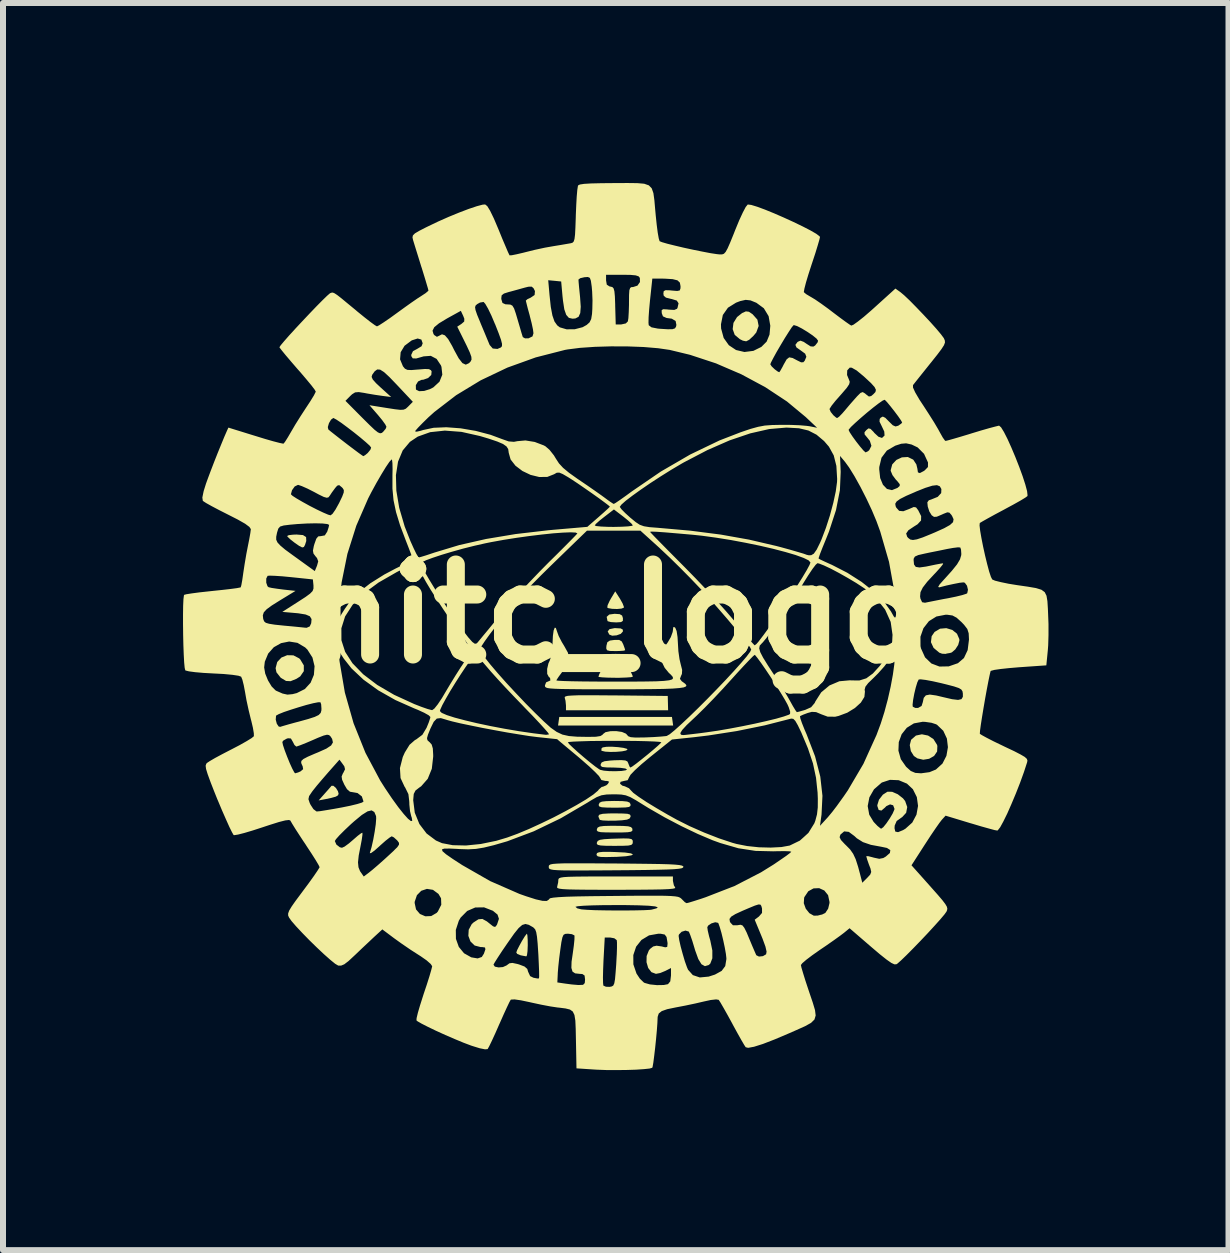
<source format=kicad_pcb>
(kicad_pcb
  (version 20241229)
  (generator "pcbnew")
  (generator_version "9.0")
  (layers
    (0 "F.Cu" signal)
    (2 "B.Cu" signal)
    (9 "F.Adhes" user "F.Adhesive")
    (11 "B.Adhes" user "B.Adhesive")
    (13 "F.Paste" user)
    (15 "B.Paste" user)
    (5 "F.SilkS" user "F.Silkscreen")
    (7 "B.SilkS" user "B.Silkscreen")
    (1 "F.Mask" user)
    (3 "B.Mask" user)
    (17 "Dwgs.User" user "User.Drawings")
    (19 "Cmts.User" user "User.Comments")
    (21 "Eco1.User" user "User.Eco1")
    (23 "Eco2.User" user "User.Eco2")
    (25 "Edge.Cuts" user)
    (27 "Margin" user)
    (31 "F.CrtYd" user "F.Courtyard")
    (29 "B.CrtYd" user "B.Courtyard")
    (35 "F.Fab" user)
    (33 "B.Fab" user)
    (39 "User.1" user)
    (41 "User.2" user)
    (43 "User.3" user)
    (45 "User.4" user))
  (footprint "nitc_logo"
    (layer "F.Cu")
    (at 7.225 7.179)
    (property "Reference" "nitc_logo" (at 0 0 0) (layer "F.SilkS") (effects (font (size 1.5 1.5) (thickness 0.3))))
    (attr board_only exclude_from_pos_files exclude_from_bom)
    (fp_poly (pts (xy 0.933 1.79) (xy 0.943 1.862) (xy -0.016 1.862) (xy -0.975 1.862) (xy -0.965 1.79) (xy -0.955 1.719) (xy -0.016 1.719) (xy 0.923 1.719)) (stroke (width 0) (type solid)) (fill yes) (layer "F.SilkS"))
    (fp_poly (pts (xy 0.07 0.244) (xy 0.104 0.263) (xy 0.106 0.294) (xy 0.07 0.334) (xy 0.001 0.359) (xy -0.073 0.365) (xy -0.121 0.346) (xy -0.148 0.294) (xy -0.118 0.256) (xy -0.036 0.239) (xy -0.014 0.239)) (stroke (width 0) (type solid)) (fill yes) (layer "F.SilkS"))
    (fp_poly (pts (xy -4.677 2.902) (xy -4.643 2.957) (xy -4.632 2.998) (xy -4.642 3.025) (xy -4.679 3.047) (xy -4.758 3.069) (xy -4.854 3.089) (xy -4.965 3.11) (xy -4.87 3.003) (xy -4.807 2.932) (xy -4.76 2.878) (xy -4.751 2.866) (xy -4.719 2.866)) (stroke (width 0) (type solid)) (fill yes) (layer "F.SilkS"))
    (fp_poly (pts (xy 0.052 0.006) (xy 0.092 0.029) (xy 0.106 0.072) (xy 0.105 0.118) (xy 0.075 0.138) (xy -0.001 0.143) (xy -0.012 0.143) (xy -0.095 0.138) (xy -0.146 0.124) (xy -0.151 0.119) (xy -0.165 0.051) (xy -0.122 0.012) (xy -0.032 -0.000001)) (stroke (width 0) (type solid)) (fill yes) (layer "F.SilkS"))
    (fp_poly (pts (xy 0.057 -0.251) (xy 0.101 -0.172) (xy 0.122 -0.116) (xy 0.122 -0.103) (xy 0.083 -0.087) (xy 0.008 -0.08) (xy -0.075 -0.083) (xy -0.138 -0.094) (xy -0.155 -0.104) (xy -0.149 -0.144) (xy -0.116 -0.215) (xy -0.096 -0.251) (xy -0.022 -0.374)) (stroke (width 0) (type solid)) (fill yes) (layer "F.SilkS"))
    (fp_poly (pts (xy -5.226 -1.312) (xy -5.174 -1.279) (xy -5.171 -1.214) (xy -5.192 -1.148) (xy -5.211 -1.113) (xy -5.239 -1.106) (xy -5.29 -1.132) (xy -5.37 -1.188) (xy -5.441 -1.244) (xy -5.484 -1.286) (xy -5.489 -1.297) (xy -5.461 -1.311) (xy -5.389 -1.319) (xy -5.331 -1.321)) (stroke (width 0) (type solid)) (fill yes) (layer "F.SilkS"))
    (fp_poly (pts (xy 0.026 2.222) (xy 0.115 2.234) (xy 0.173 2.25) (xy 0.183 2.26) (xy 0.16 2.278) (xy 0.091 2.292) (xy -0.002 2.3) (xy -0.102 2.302) (xy -0.189 2.297) (xy -0.245 2.284) (xy -0.254 2.277) (xy -0.249 2.239) (xy -0.229 2.226) (xy -0.167 2.216) (xy -0.076 2.215)) (stroke (width 0) (type solid)) (fill yes) (layer "F.SilkS"))
    (fp_poly (pts (xy 0.086 0.46) (xy 0.111 0.509) (xy 0.135 0.575) (xy 0.143 0.607) (xy 0.115 0.615) (xy 0.041 0.62) (xy -0.018 0.621) (xy -0.113 0.619) (xy -0.159 0.607) (xy -0.172 0.577) (xy -0.169 0.533) (xy -0.154 0.474) (xy -0.112 0.446) (xy -0.04 0.436) (xy 0.043 0.435)) (stroke (width 0) (type solid)) (fill yes) (layer "F.SilkS"))
    (fp_poly (pts (xy -5.386 0.692) (xy -5.29 0.742) (xy -5.273 0.758) (xy -5.212 0.859) (xy -5.212 0.956) (xy -5.272 1.043) (xy -5.334 1.083) (xy -5.432 1.123) (xy -5.508 1.119) (xy -5.591 1.069) (xy -5.598 1.064) (xy -5.668 0.975) (xy -5.682 0.906) (xy -5.655 0.803) (xy -5.585 0.729) (xy -5.49 0.69)) (stroke (width 0) (type solid)) (fill yes) (layer "F.SilkS"))
    (fp_poly (pts (xy -1.486 5.36) (xy -1.481 5.436) (xy -1.48 5.522) (xy -1.484 5.622) (xy -1.493 5.69) (xy -1.504 5.709) (xy -1.552 5.7) (xy -1.599 5.691) (xy -1.655 5.668) (xy -1.671 5.645) (xy -1.657 5.604) (xy -1.621 5.533) (xy -1.576 5.451) (xy -1.532 5.379) (xy -1.5 5.336) (xy -1.493 5.331)) (stroke (width 0) (type solid)) (fill yes) (layer "F.SilkS"))
    (fp_poly (pts (xy 2.205 -5.034) (xy 2.266 -4.993) (xy 2.347 -4.902) (xy 2.368 -4.797) (xy 2.328 -4.688) (xy 2.28 -4.631) (xy 2.21 -4.566) (xy 2.16 -4.541) (xy 2.105 -4.552) (xy 2.054 -4.577) (xy 1.969 -4.649) (xy 1.935 -4.744) (xy 1.948 -4.848) (xy 2.008 -4.946) (xy 2.092 -5.012) (xy 2.155 -5.04)) (stroke (width 0) (type solid)) (fill yes) (layer "F.SilkS"))
    (fp_poly (pts (xy 5.191 2.029) (xy 5.281 2.088) (xy 5.34 2.182) (xy 5.346 2.203) (xy 5.342 2.295) (xy 5.292 2.368) (xy 5.209 2.416) (xy 5.111 2.432) (xy 5.013 2.409) (xy 4.955 2.37) (xy 4.904 2.288) (xy 4.886 2.188) (xy 4.908 2.101) (xy 4.91 2.098) (xy 4.989 2.029) (xy 5.088 2.008)) (stroke (width 0) (type solid)) (fill yes) (layer "F.SilkS"))
    (fp_poly (pts (xy -0.304 1.358) (xy -0.054 1.36) (xy -0.015 1.36) (xy 0.853 1.369) (xy 0.856 1.488) (xy 0.859 1.607) (xy 0.008 1.607) (xy -0.843 1.607) (xy -0.843 1.53) (xy -0.851 1.448) (xy -0.863 1.403) (xy -0.864 1.387) (xy -0.849 1.376) (xy -0.812 1.367) (xy -0.745 1.362) (xy -0.643 1.358) (xy -0.498 1.357)) (stroke (width 0) (type solid)) (fill yes) (layer "F.SilkS"))
    (fp_poly (pts (xy -0.111 3.967) (xy -0.024 3.97) (xy 0.138 3.978) (xy 0.238 3.992) (xy 0.274 4.009) (xy 0.248 4.025) (xy 0.159 4.04) (xy 0.008 4.05) (xy -0.032 4.051) (xy -0.174 4.054) (xy -0.264 4.052) (xy -0.313 4.042) (xy -0.332 4.023) (xy -0.334 4.011) (xy -0.326 3.987) (xy -0.293 3.974) (xy -0.225 3.967)) (stroke (width 0) (type solid)) (fill yes) (layer "F.SilkS"))
    (fp_poly (pts (xy 5.595 0.269) (xy 5.673 0.332) (xy 5.712 0.422) (xy 5.713 0.446) (xy 5.693 0.519) (xy 5.645 0.593) (xy 5.587 0.643) (xy 5.557 0.653) (xy 5.502 0.662) (xy 5.485 0.668) (xy 5.425 0.665) (xy 5.379 0.648) (xy 5.283 0.568) (xy 5.239 0.473) (xy 5.251 0.373) (xy 5.3 0.302) (xy 5.391 0.248) (xy 5.495 0.239)) (stroke (width 0) (type solid)) (fill yes) (layer "F.SilkS"))
    (fp_poly (pts (xy 0.103 3.328) (xy 0.183 3.333) (xy 0.223 3.346) (xy 0.234 3.367) (xy 0.233 3.382) (xy 0.217 3.411) (xy 0.174 3.43) (xy 0.091 3.441) (xy -0.018 3.447) (xy -0.136 3.448) (xy -0.228 3.444) (xy -0.277 3.435) (xy -0.28 3.434) (xy -0.301 3.384) (xy -0.302 3.369) (xy -0.286 3.347) (xy -0.23 3.333) (xy -0.125 3.327) (xy -0.029 3.326)) (stroke (width 0) (type solid)) (fill yes) (layer "F.SilkS"))
    (fp_poly (pts (xy 0.097 3.121) (xy 0.176 3.129) (xy 0.216 3.145) (xy 0.232 3.172) (xy 0.233 3.175) (xy 0.231 3.202) (xy 0.207 3.219) (xy 0.148 3.227) (xy 0.043 3.23) (xy -0.032 3.231) (xy -0.165 3.229) (xy -0.246 3.224) (xy -0.286 3.212) (xy -0.298 3.19) (xy -0.296 3.175) (xy -0.282 3.147) (xy -0.244 3.13) (xy -0.17 3.122) (xy -0.046 3.119) (xy -0.032 3.119)) (stroke (width 0) (type solid)) (fill yes) (layer "F.SilkS"))
    (fp_poly (pts (xy 0.105 0.91) (xy 0.178 0.921) (xy 0.22 0.944) (xy 0.238 0.969) (xy 0.264 1.025) (xy 0.271 1.048) (xy 0.241 1.056) (xy 0.162 1.062) (xy 0.048 1.066) (xy -0.016 1.066) (xy -0.142 1.064) (xy -0.24 1.059) (xy -0.295 1.052) (xy -0.302 1.048) (xy -0.289 1.009) (xy -0.269 0.969) (xy -0.242 0.935) (xy -0.193 0.916) (xy -0.107 0.908) (xy -0.016 0.907)) (stroke (width 0) (type solid)) (fill yes) (layer "F.SilkS"))
    (fp_poly (pts (xy 0.106 0.67) (xy 0.179 0.677) (xy 0.215 0.693) (xy 0.23 0.723) (xy 0.233 0.74) (xy 0.235 0.775) (xy 0.219 0.797) (xy 0.175 0.807) (xy 0.088 0.811) (xy -0.016 0.812) (xy -0.143 0.811) (xy -0.22 0.806) (xy -0.257 0.793) (xy -0.267 0.769) (xy -0.265 0.74) (xy -0.255 0.703) (xy -0.229 0.682) (xy -0.174 0.672) (xy -0.074 0.669) (xy -0.016 0.668)) (stroke (width 0) (type solid)) (fill yes) (layer "F.SilkS"))
    (fp_poly (pts (xy 0.106 3.535) (xy 0.193 3.541) (xy 0.24 3.554) (xy 0.261 3.576) (xy 0.264 3.589) (xy 0.263 3.615) (xy 0.241 3.631) (xy 0.186 3.64) (xy 0.087 3.644) (xy -0.032 3.644) (xy -0.174 3.643) (xy -0.263 3.639) (xy -0.311 3.628) (xy -0.329 3.61) (xy -0.328 3.589) (xy -0.315 3.562) (xy -0.28 3.545) (xy -0.211 3.536) (xy -0.096 3.533) (xy -0.032 3.533)) (stroke (width 0) (type solid)) (fill yes) (layer "F.SilkS"))
    (fp_poly (pts (xy 0.201 3.745) (xy 0.248 3.754) (xy 0.267 3.773) (xy 0.271 3.802) (xy 0.266 3.832) (xy 0.246 3.851) (xy 0.197 3.862) (xy 0.108 3.866) (xy -0.033 3.867) (xy -0.034 3.867) (xy -0.176 3.866) (xy -0.264 3.861) (xy -0.312 3.851) (xy -0.329 3.833) (xy -0.328 3.812) (xy -0.314 3.785) (xy -0.278 3.767) (xy -0.206 3.756) (xy -0.087 3.749) (xy -0.024 3.747) (xy 0.114 3.743)) (stroke (width 0) (type solid)) (fill yes) (layer "F.SilkS"))
    (fp_poly (pts (xy 0.939 4.45) (xy 0.955 4.525) (xy 0.977 4.561) (xy 0.975 4.572) (xy 0.94 4.581) (xy 0.868 4.588) (xy 0.754 4.593) (xy 0.592 4.596) (xy 0.378 4.598) (xy 0.108 4.599) (xy 0.003 4.599) (xy -0.279 4.599) (xy -0.503 4.598) (xy -0.676 4.596) (xy -0.804 4.593) (xy -0.894 4.588) (xy -0.951 4.581) (xy -0.981 4.572) (xy -0.992 4.56) (xy -0.99 4.549) (xy -0.973 4.473) (xy -0.971 4.438) (xy -0.968 4.42) (xy -0.957 4.407) (xy -0.929 4.396) (xy -0.879 4.388) (xy -0.8 4.383) (xy -0.685 4.38) (xy -0.527 4.378) (xy -0.319 4.377) (xy -0.056 4.377) (xy -0.016 4.377) (xy 0.939 4.377)) (stroke (width 0) (type solid)) (fill yes) (layer "F.SilkS"))
    (fp_poly (pts (xy -0.346 4.159) (xy -0.059 4.161) (xy -0.008 4.161) (xy 0.292 4.164) (xy 0.535 4.167) (xy 0.726 4.17) (xy 0.871 4.174) (xy 0.976 4.18) (xy 1.047 4.187) (xy 1.089 4.196) (xy 1.11 4.207) (xy 1.114 4.217) (xy 1.107 4.23) (xy 1.083 4.241) (xy 1.035 4.249) (xy 0.958 4.256) (xy 0.846 4.261) (xy 0.693 4.265) (xy 0.492 4.269) (xy 0.239 4.272) (xy -0.008 4.274) (xy -0.304 4.276) (xy -0.544 4.277) (xy -0.731 4.277) (xy -0.874 4.276) (xy -0.978 4.273) (xy -1.049 4.268) (xy -1.094 4.26) (xy -1.118 4.25) (xy -1.128 4.237) (xy -1.13 4.22) (xy -1.13 4.217) (xy -1.129 4.2) (xy -1.12 4.187) (xy -1.099 4.176) (xy -1.058 4.168) (xy -0.991 4.163) (xy -0.893 4.159) (xy -0.757 4.158) (xy -0.576 4.158)) (stroke (width 0) (type solid)) (fill yes) (layer "F.SilkS"))
    (fp_poly (pts (xy 0.967 0.223) (xy 0.979 0.234) (xy 1.001 0.288) (xy 1.016 0.387) (xy 1.022 0.487) (xy 1.03 0.623) (xy 1.049 0.756) (xy 1.068 0.837) (xy 1.093 0.936) (xy 1.089 1.002) (xy 1.075 1.033) (xy 1.056 1.084) (xy 1.087 1.125) (xy 1.105 1.137) (xy 1.145 1.167) (xy 1.164 1.191) (xy 1.157 1.21) (xy 1.12 1.226) (xy 1.048 1.237) (xy 0.936 1.246) (xy 0.78 1.252) (xy 0.575 1.255) (xy 0.316 1.257) (xy -0.001 1.257) (xy -0.034 1.257) (xy -0.336 1.257) (xy -0.58 1.257) (xy -0.773 1.255) (xy -0.921 1.253) (xy -1.029 1.249) (xy -1.104 1.244) (xy -1.152 1.237) (xy -1.179 1.227) (xy -1.191 1.214) (xy -1.194 1.198) (xy -1.194 1.194) (xy -1.174 1.142) (xy -1.146 1.13) (xy -1.103 1.111) (xy -1.108 1.07) (xy -1.13 1.05) (xy -1.156 1.001) (xy -1.157 0.918) (xy -1.135 0.825) (xy -1.114 0.78) (xy -1.088 0.702) (xy -1.071 0.585) (xy -1.067 0.493) (xy -1.061 0.368) (xy -1.049 0.279) (xy -1.031 0.232) (xy -1.012 0.235) (xy -0.993 0.292) (xy -0.965 0.369) (xy -0.913 0.47) (xy -0.874 0.534) (xy -0.81 0.649) (xy -0.792 0.747) (xy -0.822 0.846) (xy -0.901 0.964) (xy -0.909 0.973) (xy -0.964 1.047) (xy -0.998 1.099) (xy -1.003 1.111) (xy -0.972 1.115) (xy -0.886 1.12) (xy -0.751 1.124) (xy -0.576 1.127) (xy -0.368 1.129) (xy -0.135 1.13) (xy -0.032 1.13) (xy 0.256 1.13) (xy 0.485 1.128) (xy 0.661 1.125) (xy 0.79 1.118) (xy 0.876 1.108) (xy 0.925 1.094) (xy 0.942 1.073) (xy 0.933 1.047) (xy 0.903 1.013) (xy 0.871 0.984) (xy 0.802 0.9) (xy 0.753 0.8) (xy 0.733 0.705) (xy 0.738 0.662) (xy 0.77 0.602) (xy 0.823 0.518) (xy 0.85 0.481) (xy 0.904 0.389) (xy 0.935 0.303) (xy 0.939 0.275) (xy 0.945 0.222)) (stroke (width 0) (type solid)) (fill yes) (layer "F.SilkS"))
    (fp_poly (pts (xy 0.347 -7.177) (xy 0.461 -7.167) (xy 0.538 -7.14) (xy 0.586 -7.09) (xy 0.614 -7.01) (xy 0.63 -6.894) (xy 0.644 -6.733) (xy 0.653 -6.636) (xy 0.669 -6.483) (xy 0.686 -6.351) (xy 0.703 -6.256) (xy 0.717 -6.21) (xy 0.718 -6.209) (xy 0.758 -6.193) (xy 0.847 -6.167) (xy 0.972 -6.136) (xy 1.12 -6.101) (xy 1.277 -6.067) (xy 1.43 -6.036) (xy 1.566 -6.01) (xy 1.671 -5.994) (xy 1.719 -5.989) (xy 1.757 -5.989) (xy 1.789 -6) (xy 1.818 -6.031) (xy 1.851 -6.091) (xy 1.894 -6.189) (xy 1.953 -6.334) (xy 1.978 -6.398) (xy 2.044 -6.558) (xy 2.104 -6.688) (xy 2.152 -6.779) (xy 2.185 -6.82) (xy 2.188 -6.821) (xy 2.244 -6.814) (xy 2.343 -6.784) (xy 2.473 -6.736) (xy 2.625 -6.674) (xy 2.788 -6.603) (xy 2.95 -6.529) (xy 3.101 -6.456) (xy 3.231 -6.389) (xy 3.328 -6.333) (xy 3.382 -6.292) (xy 3.39 -6.279) (xy 3.38 -6.235) (xy 3.353 -6.142) (xy 3.314 -6.014) (xy 3.264 -5.862) (xy 3.247 -5.811) (xy 3.197 -5.656) (xy 3.157 -5.523) (xy 3.131 -5.422) (xy 3.121 -5.366) (xy 3.122 -5.359) (xy 3.16 -5.327) (xy 3.23 -5.285) (xy 3.241 -5.279) (xy 3.309 -5.238) (xy 3.411 -5.168) (xy 3.531 -5.081) (xy 3.608 -5.022) (xy 3.722 -4.936) (xy 3.819 -4.865) (xy 3.888 -4.817) (xy 3.912 -4.803) (xy 3.948 -4.818) (xy 4.021 -4.87) (xy 4.122 -4.95) (xy 4.241 -5.053) (xy 4.298 -5.104) (xy 4.647 -5.42) (xy 4.731 -5.36) (xy 4.793 -5.308) (xy 4.885 -5.221) (xy 4.994 -5.11) (xy 5.112 -4.987) (xy 5.227 -4.864) (xy 5.329 -4.75) (xy 5.407 -4.657) (xy 5.452 -4.596) (xy 5.455 -4.591) (xy 5.47 -4.556) (xy 5.473 -4.521) (xy 5.456 -4.476) (xy 5.415 -4.412) (xy 5.345 -4.319) (xy 5.24 -4.187) (xy 5.234 -4.18) (xy 5.134 -4.055) (xy 5.046 -3.945) (xy 4.98 -3.862) (xy 4.943 -3.815) (xy 4.94 -3.812) (xy 4.94 -3.771) (xy 4.976 -3.691) (xy 5.048 -3.568) (xy 5.118 -3.462) (xy 5.208 -3.323) (xy 5.292 -3.19) (xy 5.358 -3.078) (xy 5.392 -3.016) (xy 5.437 -2.936) (xy 5.472 -2.888) (xy 5.483 -2.881) (xy 5.521 -2.89) (xy 5.607 -2.914) (xy 5.73 -2.95) (xy 5.879 -2.995) (xy 5.92 -3.008) (xy 6.075 -3.055) (xy 6.211 -3.094) (xy 6.313 -3.121) (xy 6.37 -3.135) (xy 6.376 -3.135) (xy 6.408 -3.107) (xy 6.456 -3.029) (xy 6.515 -2.913) (xy 6.579 -2.771) (xy 6.646 -2.612) (xy 6.71 -2.449) (xy 6.767 -2.293) (xy 6.812 -2.154) (xy 6.841 -2.045) (xy 6.849 -1.975) (xy 6.846 -1.961) (xy 6.812 -1.936) (xy 6.733 -1.888) (xy 6.619 -1.824) (xy 6.482 -1.75) (xy 6.453 -1.734) (xy 6.312 -1.659) (xy 6.192 -1.593) (xy 6.103 -1.543) (xy 6.056 -1.515) (xy 6.053 -1.513) (xy 6.049 -1.473) (xy 6.059 -1.386) (xy 6.08 -1.264) (xy 6.108 -1.122) (xy 6.141 -0.972) (xy 6.176 -0.829) (xy 6.209 -0.705) (xy 6.239 -0.615) (xy 6.261 -0.572) (xy 6.307 -0.552) (xy 6.403 -0.528) (xy 6.533 -0.501) (xy 6.668 -0.479) (xy 6.855 -0.452) (xy 6.989 -0.429) (xy 7.08 -0.401) (xy 7.135 -0.361) (xy 7.165 -0.301) (xy 7.18 -0.21) (xy 7.188 -0.083) (xy 7.191 -0.01) (xy 7.198 0.169) (xy 7.198 0.356) (xy 7.193 0.525) (xy 7.187 0.605) (xy 7.162 0.859) (xy 6.703 0.891) (xy 6.539 0.905) (xy 6.4 0.92) (xy 6.296 0.935) (xy 6.24 0.95) (xy 6.233 0.955) (xy 6.218 1.018) (xy 6.196 1.124) (xy 6.17 1.26) (xy 6.142 1.414) (xy 6.115 1.572) (xy 6.09 1.723) (xy 6.07 1.852) (xy 6.057 1.948) (xy 6.054 1.996) (xy 6.054 2) (xy 6.088 2.022) (xy 6.168 2.066) (xy 6.283 2.125) (xy 6.424 2.193) (xy 6.467 2.214) (xy 6.626 2.289) (xy 6.734 2.345) (xy 6.802 2.385) (xy 6.837 2.417) (xy 6.847 2.445) (xy 6.842 2.474) (xy 6.789 2.637) (xy 6.725 2.814) (xy 6.654 2.995) (xy 6.581 3.169) (xy 6.511 3.328) (xy 6.446 3.46) (xy 6.393 3.557) (xy 6.354 3.607) (xy 6.344 3.612) (xy 6.299 3.604) (xy 6.207 3.579) (xy 6.078 3.543) (xy 5.927 3.498) (xy 5.892 3.488) (xy 5.483 3.364) (xy 5.421 3.432) (xy 5.38 3.485) (xy 5.314 3.579) (xy 5.232 3.7) (xy 5.143 3.837) (xy 5.137 3.846) (xy 4.915 4.191) (xy 5.099 4.397) (xy 5.245 4.561) (xy 5.354 4.684) (xy 5.43 4.773) (xy 5.478 4.836) (xy 5.504 4.88) (xy 5.512 4.912) (xy 5.508 4.938) (xy 5.498 4.963) (xy 5.465 5.009) (xy 5.396 5.091) (xy 5.3 5.198) (xy 5.187 5.321) (xy 5.065 5.45) (xy 4.945 5.574) (xy 4.834 5.686) (xy 4.743 5.774) (xy 4.681 5.829) (xy 4.664 5.84) (xy 4.631 5.842) (xy 4.579 5.818) (xy 4.499 5.762) (xy 4.386 5.672) (xy 4.247 5.554) (xy 3.883 5.24) (xy 3.788 5.318) (xy 3.723 5.367) (xy 3.62 5.441) (xy 3.494 5.529) (xy 3.382 5.605) (xy 3.26 5.691) (xy 3.161 5.766) (xy 3.095 5.823) (xy 3.072 5.853) (xy 3.081 5.896) (xy 3.108 5.987) (xy 3.147 6.113) (xy 3.197 6.264) (xy 3.212 6.309) (xy 3.27 6.48) (xy 3.307 6.604) (xy 3.318 6.694) (xy 3.298 6.761) (xy 3.241 6.817) (xy 3.142 6.872) (xy 2.995 6.938) (xy 2.886 6.986) (xy 2.639 7.091) (xy 2.44 7.168) (xy 2.291 7.215) (xy 2.193 7.233) (xy 2.152 7.223) (xy 2.127 7.185) (xy 2.079 7.103) (xy 2.014 6.987) (xy 1.939 6.85) (xy 1.927 6.827) (xy 1.851 6.688) (xy 1.784 6.569) (xy 1.733 6.481) (xy 1.704 6.436) (xy 1.702 6.433) (xy 1.658 6.426) (xy 1.569 6.436) (xy 1.458 6.46) (xy 1.312 6.494) (xy 1.141 6.53) (xy 0.989 6.559) (xy 0.844 6.589) (xy 0.753 6.621) (xy 0.703 6.661) (xy 0.685 6.716) (xy 0.684 6.732) (xy 0.68 6.823) (xy 0.671 6.946) (xy 0.658 7.088) (xy 0.643 7.233) (xy 0.627 7.368) (xy 0.613 7.477) (xy 0.601 7.547) (xy 0.595 7.565) (xy 0.551 7.578) (xy 0.456 7.588) (xy 0.324 7.597) (xy 0.166 7.602) (xy -0.004 7.604) (xy -0.174 7.603) (xy -0.331 7.597) (xy -0.366 7.595) (xy -0.668 7.575) (xy -0.677 7.107) (xy -0.681 6.916) (xy -0.687 6.779) (xy -0.702 6.686) (xy -0.73 6.628) (xy -0.777 6.595) (xy -0.849 6.577) (xy -0.95 6.564) (xy -0.982 6.561) (xy -1.102 6.543) (xy -1.255 6.514) (xy -1.413 6.48) (xy -1.452 6.471) (xy -1.595 6.441) (xy -1.7 6.426) (xy -1.758 6.429) (xy -1.764 6.432) (xy -1.786 6.471) (xy -1.827 6.557) (xy -1.882 6.677) (xy -1.945 6.819) (xy -1.956 6.843) (xy -2.02 6.989) (xy -2.077 7.113) (xy -2.121 7.204) (xy -2.147 7.251) (xy -2.149 7.254) (xy -2.192 7.258) (xy -2.281 7.24) (xy -2.404 7.202) (xy -2.425 7.195) (xy -2.552 7.147) (xy -2.699 7.086) (xy -2.854 7.019) (xy -3.006 6.95) (xy -3.141 6.885) (xy -3.249 6.83) (xy -3.318 6.79) (xy -3.335 6.775) (xy -3.332 6.736) (xy -3.311 6.648) (xy -3.275 6.525) (xy -3.228 6.377) (xy -3.214 6.333) (xy -3.162 6.178) (xy -3.151 6.143) (xy -0.987 6.143) (xy -0.859 6.162) (xy -0.746 6.177) (xy -0.639 6.186) (xy -0.629 6.186) (xy -0.558 6.183) (xy -0.53 6.154) (xy -0.525 6.095) (xy -0.529 6.061) (xy -0.227 6.061) (xy -0.225 6.153) (xy -0.22 6.196) (xy -0.22 6.196) (xy -0.177 6.215) (xy -0.116 6.217) (xy -0.08 6.21) (xy -0.055 6.195) (xy -0.038 6.158) (xy -0.026 6.09) (xy -0.016 5.978) (xy -0.006 5.844) (xy 0.002 5.695) (xy 0.003 5.687) (xy 0.279 5.687) (xy 0.28 5.842) (xy 0.332 5.995) (xy 0.388 6.08) (xy 0.452 6.142) (xy 0.467 6.151) (xy 0.556 6.176) (xy 0.673 6.188) (xy 0.787 6.186) (xy 0.857 6.172) (xy 0.895 6.125) (xy 0.907 6.027) (xy 0.907 5.903) (xy 0.813 5.951) (xy 0.728 5.986) (xy 0.656 6) (xy 0.581 5.972) (xy 0.527 5.902) (xy 0.499 5.806) (xy 0.501 5.703) (xy 0.538 5.61) (xy 0.56 5.583) (xy 0.61 5.544) (xy 0.666 5.531) (xy 0.75 5.543) (xy 0.811 5.558) (xy 0.844 5.551) (xy 0.85 5.498) (xy 0.848 5.475) (xy 0.833 5.386) (xy 0.819 5.367) (xy 1.034 5.367) (xy 1.044 5.436) (xy 1.068 5.543) (xy 1.102 5.668) (xy 1.138 5.791) (xy 1.173 5.889) (xy 1.191 5.931) (xy 1.271 6.021) (xy 1.387 6.06) (xy 1.535 6.046) (xy 1.64 6.012) (xy 1.751 5.951) (xy 1.811 5.871) (xy 1.83 5.755) (xy 1.83 5.739) (xy 1.822 5.667) (xy 1.803 5.56) (xy 1.777 5.438) (xy 1.748 5.318) (xy 1.719 5.219) (xy 1.697 5.158) (xy 1.691 5.15) (xy 1.644 5.14) (xy 1.579 5.16) (xy 1.526 5.196) (xy 1.512 5.224) (xy 1.52 5.281) (xy 1.542 5.375) (xy 1.562 5.445) (xy 1.596 5.61) (xy 1.596 5.741) (xy 1.562 5.829) (xy 1.536 5.853) (xy 1.472 5.872) (xy 1.415 5.84) (xy 1.362 5.753) (xy 1.309 5.607) (xy 1.298 5.569) (xy 1.262 5.45) (xy 1.229 5.355) (xy 1.206 5.3) (xy 1.202 5.295) (xy 1.148 5.279) (xy 1.084 5.299) (xy 1.04 5.344) (xy 1.034 5.367) (xy 0.819 5.367) (xy 0.802 5.345) (xy 0.737 5.332) (xy 0.697 5.331) (xy 0.541 5.359) (xy 0.415 5.435) (xy 0.326 5.547) (xy 0.279 5.687) (xy 0.003 5.687) (xy 0.007 5.568) (xy 0.007 5.477) (xy 0.003 5.438) (xy -0.038 5.407) (xy -0.106 5.395) (xy -0.197 5.395) (xy -0.218 5.78) (xy -0.224 5.932) (xy -0.227 6.061) (xy -0.529 6.061) (xy -0.533 6.028) (xy -0.57 6.003) (xy -0.617 6) (xy -0.69 5.992) (xy -0.734 5.963) (xy -0.753 5.901) (xy -0.75 5.798) (xy -0.729 5.653) (xy -0.712 5.528) (xy -0.702 5.427) (xy -0.701 5.367) (xy -0.703 5.359) (xy -0.744 5.339) (xy -0.81 5.331) (xy -0.855 5.334) (xy -0.884 5.35) (xy -0.903 5.393) (xy -0.92 5.474) (xy -0.937 5.594) (xy -0.956 5.739) (xy -0.971 5.879) (xy -0.98 5.988) (xy -0.98 6) (xy -0.987 6.143) (xy -3.151 6.143) (xy -3.119 6.042) (xy -3.089 5.939) (xy -3.074 5.879) (xy -3.073 5.873) (xy -3.089 5.848) (xy -2.051 5.848) (xy -2.028 5.88) (xy -1.967 5.893) (xy -1.894 5.887) (xy -1.834 5.86) (xy -1.83 5.857) (xy -1.785 5.824) (xy -1.735 5.818) (xy -1.655 5.835) (xy -1.626 5.843) (xy -1.534 5.878) (xy -1.488 5.918) (xy -1.474 5.965) (xy -1.44 6.038) (xy -1.385 6.065) (xy -1.321 6.077) (xy -1.293 6.076) (xy -1.29 6.042) (xy -1.291 5.958) (xy -1.296 5.834) (xy -1.303 5.684) (xy -1.304 5.666) (xy -1.315 5.498) (xy -1.326 5.382) (xy -1.339 5.306) (xy -1.356 5.26) (xy -1.381 5.232) (xy -1.396 5.221) (xy -1.463 5.183) (xy -1.519 5.169) (xy -1.572 5.185) (xy -1.632 5.237) (xy -1.707 5.33) (xy -1.806 5.471) (xy -1.82 5.491) (xy -1.907 5.618) (xy -1.979 5.728) (xy -2.029 5.807) (xy -2.051 5.847) (xy -2.051 5.848) (xy -3.089 5.848) (xy -3.098 5.835) (xy -3.165 5.776) (xy -3.262 5.708) (xy -3.292 5.689) (xy -3.432 5.599) (xy -3.584 5.495) (xy -3.708 5.406) (xy -3.892 5.268) (xy -2.679 5.268) (xy -2.677 5.417) (xy -2.629 5.551) (xy -2.542 5.657) (xy -2.421 5.725) (xy -2.315 5.743) (xy -2.246 5.719) (xy -2.211 5.664) (xy -2.186 5.592) (xy -2.192 5.561) (xy -2.238 5.554) (xy -2.265 5.554) (xy -2.365 5.528) (xy -2.435 5.46) (xy -2.47 5.367) (xy -2.464 5.265) (xy -2.414 5.172) (xy -2.383 5.143) (xy -2.302 5.091) (xy -2.236 5.085) (xy -2.161 5.126) (xy -2.121 5.158) (xy -2.058 5.208) (xy -2.024 5.219) (xy -2.001 5.193) (xy -1.991 5.176) (xy -1.961 5.085) (xy 1.882 5.085) (xy 1.888 5.128) (xy 1.897 5.146) (xy 1.939 5.19) (xy 2.008 5.191) (xy 2.02 5.189) (xy 2.065 5.182) (xy 2.098 5.193) (xy 2.129 5.233) (xy 2.168 5.311) (xy 2.212 5.417) (xy 2.261 5.534) (xy 2.301 5.627) (xy 2.325 5.682) (xy 2.329 5.69) (xy 2.373 5.712) (xy 2.439 5.705) (xy 2.492 5.674) (xy 2.5 5.63) (xy 2.481 5.546) (xy 2.433 5.415) (xy 2.413 5.366) (xy 2.302 5.098) (xy 2.373 5.044) (xy 2.424 4.985) (xy 2.424 4.911) (xy 2.423 4.907) (xy 2.412 4.868) (xy 2.397 4.846) (xy 2.364 4.844) (xy 2.304 4.863) (xy 2.205 4.904) (xy 2.102 4.948) (xy 1.98 5.004) (xy 1.91 5.047) (xy 1.882 5.085) (xy -1.961 5.085) (xy -1.96 5.084) (xy -1.984 5.012) (xy -2.061 4.949) (xy -2.208 4.892) (xy -2.355 4.894) (xy -2.489 4.952) (xy -2.598 5.062) (xy -2.629 5.115) (xy -2.679 5.268) (xy -3.892 5.268) (xy -3.903 5.259) (xy -4.037 5.382) (xy -4.126 5.466) (xy -4.239 5.572) (xy -4.352 5.68) (xy -4.366 5.693) (xy -4.467 5.787) (xy -4.538 5.841) (xy -4.591 5.863) (xy -4.639 5.862) (xy -4.641 5.861) (xy -4.69 5.832) (xy -4.771 5.766) (xy -4.877 5.672) (xy -4.996 5.56) (xy -5.12 5.439) (xy -5.237 5.319) (xy -5.34 5.209) (xy -5.417 5.12) (xy -5.458 5.062) (xy -5.473 5.028) (xy -5.473 4.993) (xy -5.456 4.946) (xy -5.415 4.878) (xy -5.374 4.819) (xy -3.365 4.819) (xy -3.342 4.926) (xy -3.277 5.002) (xy -3.187 5.041) (xy -3.089 5.037) (xy -2.998 4.984) (xy -2.978 4.961) (xy -2.939 4.884) (xy -0.684 4.884) (xy -0.656 4.908) (xy -0.589 4.925) (xy -0.581 4.926) (xy -0.493 4.933) (xy -0.361 4.939) (xy -0.2 4.942) (xy -0.023 4.944) (xy 0.155 4.944) (xy 0.32 4.942) (xy 0.457 4.939) (xy 0.554 4.934) (xy 0.585 4.93) (xy 0.667 4.908) (xy 0.687 4.891) (xy 0.643 4.876) (xy 0.537 4.865) (xy 0.37 4.858) (xy 0.141 4.854) (xy -0.000001 4.854) (xy -0.221 4.855) (xy -0.406 4.859) (xy -0.55 4.865) (xy -0.645 4.873) (xy -0.684 4.882) (xy -0.684 4.884) (xy -2.939 4.884) (xy -2.921 4.849) (xy -2.922 4.823) (xy 3.12 4.823) (xy 3.153 4.914) (xy 3.213 4.989) (xy 3.287 5.031) (xy 3.353 5.029) (xy 3.41 5.014) (xy 3.422 5.013) (xy 3.479 4.985) (xy 3.526 4.914) (xy 3.548 4.822) (xy 3.549 4.804) (xy 3.525 4.689) (xy 3.462 4.611) (xy 3.376 4.572) (xy 3.282 4.576) (xy 3.195 4.624) (xy 3.131 4.719) (xy 3.126 4.732) (xy 3.12 4.823) (xy -2.922 4.823) (xy -2.925 4.741) (xy -2.968 4.668) (xy -3.06 4.6) (xy -3.16 4.584) (xy -3.255 4.616) (xy -3.327 4.689) (xy -3.364 4.798) (xy -3.365 4.819) (xy -5.374 4.819) (xy -5.347 4.781) (xy -5.245 4.644) (xy -5.225 4.617) (xy -5.127 4.485) (xy -5.044 4.369) (xy -4.984 4.281) (xy -4.952 4.229) (xy -4.949 4.222) (xy -4.966 4.186) (xy -5.012 4.108) (xy -5.081 3.999) (xy -5.166 3.87) (xy -5.185 3.84) (xy -5.221 3.787) (xy -4.695 3.787) (xy -4.669 3.846) (xy -4.611 3.891) (xy -4.576 3.899) (xy -4.532 3.879) (xy -4.46 3.826) (xy -4.391 3.767) (xy -4.314 3.7) (xy -4.257 3.657) (xy -4.235 3.648) (xy -4.235 3.683) (xy -4.246 3.763) (xy -4.266 3.868) (xy -4.297 4.028) (xy -4.309 4.142) (xy -4.301 4.224) (xy -4.275 4.289) (xy -4.263 4.306) (xy -4.213 4.378) (xy -4.128 4.314) (xy -4.066 4.264) (xy -3.974 4.185) (xy -3.867 4.09) (xy -3.82 4.047) (xy -3.717 3.952) (xy -3.692 3.926) (xy -2.91 3.926) (xy -2.901 3.956) (xy -2.841 4.008) (xy -2.73 4.085) (xy -2.573 4.187) (xy -2.105 4.455) (xy -1.618 4.668) (xy -1.507 4.707) (xy -1.344 4.759) (xy -1.232 4.784) (xy -1.162 4.785) (xy -1.127 4.761) (xy -1.122 4.751) (xy -1.103 4.739) (xy -1.053 4.73) (xy -0.965 4.722) (xy -0.836 4.715) (xy -0.659 4.71) (xy -0.43 4.706) (xy -0.145 4.703) (xy -0.038 4.702) (xy 0.251 4.699) (xy 0.484 4.698) (xy 0.666 4.698) (xy 0.804 4.699) (xy 0.906 4.703) (xy 0.977 4.709) (xy 1.025 4.717) (xy 1.055 4.729) (xy 1.075 4.743) (xy 1.089 4.757) (xy 1.138 4.806) (xy 1.167 4.822) (xy 1.205 4.813) (xy 1.29 4.787) (xy 1.406 4.75) (xy 1.485 4.723) (xy 1.966 4.536) (xy 2.406 4.309) (xy 2.614 4.18) (xy 2.733 4.099) (xy 2.83 4.032) (xy 2.893 3.984) (xy 2.912 3.965) (xy 2.883 3.958) (xy 2.804 3.955) (xy 2.688 3.956) (xy 2.61 3.958) (xy 2.316 3.951) (xy 2.029 3.907) (xy 1.729 3.82) (xy 1.599 3.773) (xy 1.354 3.669) (xy 1.08 3.538) (xy 0.8 3.391) (xy 0.536 3.239) (xy 0.45 3.186) (xy 0.321 3.106) (xy 0.228 3.054) (xy 0.153 3.025) (xy 0.079 3.012) (xy -0.013 3.008) (xy -0.05 3.008) (xy -0.165 3.011) (xy -0.251 3.024) (xy -0.331 3.055) (xy -0.43 3.112) (xy -0.484 3.146) (xy -0.931 3.408) (xy -1.381 3.625) (xy -1.822 3.791) (xy -2.046 3.856) (xy -2.211 3.896) (xy -2.344 3.918) (xy -2.473 3.925) (xy -2.626 3.92) (xy -2.653 3.918) (xy -2.785 3.912) (xy -2.872 3.913) (xy -2.91 3.926) (xy -3.692 3.926) (xy -3.654 3.889) (xy -3.626 3.847) (xy -3.626 3.817) (xy -3.647 3.787) (xy -3.657 3.775) (xy -3.711 3.726) (xy -3.747 3.708) (xy -3.782 3.729) (xy -3.85 3.782) (xy -3.937 3.859) (xy -3.954 3.875) (xy -4.034 3.946) (xy -4.09 3.986) (xy -4.112 3.99) (xy -4.111 3.983) (xy -4.083 3.888) (xy -4.055 3.764) (xy -4.031 3.631) (xy -4.013 3.507) (xy -4.006 3.411) (xy -4.008 3.371) (xy -4.037 3.303) (xy -4.082 3.276) (xy -4.149 3.292) (xy -4.245 3.352) (xy -4.373 3.458) (xy -4.425 3.504) (xy -4.532 3.605) (xy -4.619 3.692) (xy -4.676 3.756) (xy -4.695 3.787) (xy -5.221 3.787) (xy -5.274 3.706) (xy -5.35 3.589) (xy -5.405 3.5) (xy -5.434 3.45) (xy -5.435 3.446) (xy -5.459 3.436) (xy -5.521 3.443) (xy -5.627 3.47) (xy -5.783 3.519) (xy -5.904 3.559) (xy -6.064 3.611) (xy -6.202 3.652) (xy -6.308 3.679) (xy -6.371 3.689) (xy -6.382 3.687) (xy -6.408 3.642) (xy -6.453 3.551) (xy -6.51 3.424) (xy -6.576 3.274) (xy -6.643 3.114) (xy -6.654 3.089) (xy -5.135 3.089) (xy -5.114 3.152) (xy -5.099 3.183) (xy -5.052 3.255) (xy -5.002 3.293) (xy -4.993 3.294) (xy -4.941 3.289) (xy -4.842 3.273) (xy -4.71 3.251) (xy -4.578 3.227) (xy -4.436 3.198) (xy -4.321 3.17) (xy -4.243 3.146) (xy -4.217 3.129) (xy -4.245 3.043) (xy -4.317 2.987) (xy -4.377 2.976) (xy -4.443 2.965) (xy -4.492 2.923) (xy -4.536 2.849) (xy -4.574 2.765) (xy -4.582 2.711) (xy -4.562 2.662) (xy -4.554 2.65) (xy -4.525 2.591) (xy -4.537 2.542) (xy -4.563 2.505) (xy -4.618 2.431) (xy -4.81 2.648) (xy -4.906 2.759) (xy -4.996 2.865) (xy -5.063 2.949) (xy -5.077 2.968) (xy -5.124 3.038) (xy -5.135 3.089) (xy -6.654 3.089) (xy -6.708 2.954) (xy -6.765 2.808) (xy -6.814 2.674) (xy -6.841 2.586) (xy -6.848 2.532) (xy -6.837 2.498) (xy -6.825 2.485) (xy -6.78 2.455) (xy -6.691 2.403) (xy -6.57 2.338) (xy -6.429 2.265) (xy -6.419 2.26) (xy -6.281 2.188) (xy -6.189 2.136) (xy -5.57 2.136) (xy -5.559 2.189) (xy -5.53 2.276) (xy -5.49 2.381) (xy -5.446 2.489) (xy -5.404 2.581) (xy -5.371 2.642) (xy -5.357 2.658) (xy -5.307 2.644) (xy -5.265 2.625) (xy -5.223 2.589) (xy -5.232 2.538) (xy -5.239 2.526) (xy -5.256 2.485) (xy -5.253 2.452) (xy -5.219 2.42) (xy -5.147 2.382) (xy -5.027 2.33) (xy -4.973 2.308) (xy -4.837 2.247) (xy -4.757 2.194) (xy -4.727 2.143) (xy -4.74 2.085) (xy -4.766 2.044) (xy -4.791 2.021) (xy -4.825 2.015) (xy -4.882 2.029) (xy -4.976 2.066) (xy -5.058 2.102) (xy -5.175 2.152) (xy -5.27 2.19) (xy -5.328 2.21) (xy -5.338 2.212) (xy -5.368 2.186) (xy -5.395 2.133) (xy -5.427 2.078) (xy -5.475 2.074) (xy -5.498 2.081) (xy -5.553 2.112) (xy -5.57 2.136) (xy -6.189 2.136) (xy -6.166 2.123) (xy -6.083 2.072) (xy -6.045 2.041) (xy -6.044 2.039) (xy -6.045 1.991) (xy -6.06 1.9) (xy -6.087 1.785) (xy -6.093 1.764) (xy -5.68 1.764) (xy -5.662 1.832) (xy -5.631 1.878) (xy -5.606 1.884) (xy -5.557 1.869) (xy -5.464 1.842) (xy -5.344 1.809) (xy -5.297 1.797) (xy -5.138 1.753) (xy -5.03 1.718) (xy -4.965 1.687) (xy -4.931 1.652) (xy -4.919 1.61) (xy -4.918 1.58) (xy -4.923 1.509) (xy -4.935 1.474) (xy -4.972 1.474) (xy -5.055 1.49) (xy -5.169 1.519) (xy -5.297 1.557) (xy -5.427 1.598) (xy -5.543 1.637) (xy -5.63 1.672) (xy -5.673 1.696) (xy -5.675 1.699) (xy -5.68 1.764) (xy -6.093 1.764) (xy -6.093 1.764) (xy -6.131 1.608) (xy -6.168 1.437) (xy -6.191 1.306) (xy -6.213 1.19) (xy -6.236 1.098) (xy -6.256 1.049) (xy -6.256 1.048) (xy -6.301 1.032) (xy -6.401 1.017) (xy -6.548 1.003) (xy -6.72 0.994) (xy -6.882 0.985) (xy -7.021 0.973) (xy -7.126 0.959) (xy -7.182 0.945) (xy -7.187 0.942) (xy -7.197 0.902) (xy -7.198 0.894) (xy -5.873 0.894) (xy -5.855 0.997) (xy -5.809 1.11) (xy -5.748 1.211) (xy -5.683 1.276) (xy -5.673 1.282) (xy -5.566 1.329) (xy -5.485 1.347) (xy -5.401 1.339) (xy -5.329 1.321) (xy -5.195 1.254) (xy -5.099 1.149) (xy -5.044 1.017) (xy -5.033 0.873) (xy -5.068 0.729) (xy -5.147 0.605) (xy -4.638 0.605) (xy -4.616 0.796) (xy -4.528 1.312) (xy -4.383 1.823) (xy -4.185 2.316) (xy -3.939 2.778) (xy -3.858 2.906) (xy -3.742 3.078) (xy -3.637 3.223) (xy -3.547 3.336) (xy -3.476 3.415) (xy -3.427 3.454) (xy -3.405 3.45) (xy -3.413 3.398) (xy -3.422 3.372) (xy -3.442 3.289) (xy -3.453 3.18) (xy -3.454 3.139) (xy -3.457 3.106) (xy -3.389 3.106) (xy -3.363 3.314) (xy -3.286 3.503) (xy -3.166 3.661) (xy -3.01 3.778) (xy -2.909 3.822) (xy -2.73 3.856) (xy -2.51 3.861) (xy -2.263 3.836) (xy -2.005 3.783) (xy -1.824 3.729) (xy -1.652 3.666) (xy -1.46 3.586) (xy -1.255 3.492) (xy -1.048 3.392) (xy -0.849 3.288) (xy -0.666 3.187) (xy -0.509 3.094) (xy -0.387 3.012) (xy -0.311 2.948) (xy -0.293 2.925) (xy -0.247 2.885) (xy -0.225 2.881) (xy -0.171 2.858) (xy -0.143 2.833) (xy -0.143 2.832) (xy 0.058 2.832) (xy 0.097 2.864) (xy 0.138 2.875) (xy 0.207 2.907) (xy 0.237 2.941) (xy 0.279 2.984) (xy 0.37 3.051) (xy 0.501 3.138) (xy 0.665 3.238) (xy 0.852 3.347) (xy 1.003 3.431) (xy 1.218 3.539) (xy 1.461 3.646) (xy 1.707 3.742) (xy 1.933 3.817) (xy 2.002 3.836) (xy 2.175 3.87) (xy 2.372 3.891) (xy 2.569 3.896) (xy 2.747 3.887) (xy 2.885 3.862) (xy 2.885 3.862) (xy 3.054 3.78) (xy 3.118 3.723) (xy 3.717 3.723) (xy 3.739 3.769) (xy 3.802 3.837) (xy 3.824 3.858) (xy 3.892 3.927) (xy 3.943 4) (xy 3.985 4.09) (xy 4.025 4.215) (xy 4.059 4.342) (xy 4.095 4.482) (xy 4.178 4.399) (xy 4.227 4.346) (xy 4.244 4.302) (xy 4.231 4.243) (xy 4.207 4.182) (xy 4.178 4.1) (xy 4.163 4.047) (xy 4.164 4.038) (xy 4.197 4.04) (xy 4.268 4.058) (xy 4.289 4.064) (xy 4.378 4.083) (xy 4.445 4.07) (xy 4.486 4.046) (xy 4.555 3.986) (xy 4.562 3.938) (xy 4.506 3.902) (xy 4.416 3.883) (xy 4.238 3.85) (xy 4.106 3.805) (xy 4.004 3.741) (xy 3.963 3.703) (xy 3.87 3.634) (xy 3.793 3.626) (xy 3.731 3.679) (xy 3.729 3.683) (xy 3.717 3.723) (xy 3.118 3.723) (xy 3.197 3.651) (xy 3.296 3.491) (xy 3.312 3.449) (xy 3.34 3.343) (xy 3.353 3.228) (xy 3.354 3.081) (xy 3.35 2.98) (xy 3.324 2.733) (xy 3.273 2.493) (xy 3.189 2.242) (xy 3.079 1.979) (xy 3.021 1.858) (xy 2.979 1.785) (xy 2.946 1.751) (xy 2.912 1.746) (xy 2.899 1.749) (xy 2.469 1.859) (xy 2.003 1.954) (xy 1.527 2.028) (xy 1.285 2.057) (xy 0.923 2.095) (xy 0.565 2.382) (xy 0.418 2.504) (xy 0.306 2.606) (xy 0.233 2.682) (xy 0.207 2.727) (xy 0.207 2.728) (xy 0.185 2.773) (xy 0.125 2.785) (xy 0.066 2.8) (xy 0.058 2.832) (xy -0.143 2.832) (xy -0.124 2.798) (xy -0.154 2.786) (xy -0.187 2.785) (xy -0.253 2.77) (xy -0.271 2.739) (xy -0.294 2.703) (xy -0.358 2.636) (xy -0.454 2.545) (xy -0.574 2.44) (xy -0.631 2.391) (xy -0.929 2.142) (xy -0.812 2.142) (xy -0.789 2.172) (xy -0.728 2.23) (xy -0.642 2.308) (xy -0.543 2.393) (xy -0.444 2.475) (xy -0.356 2.544) (xy -0.292 2.589) (xy -0.273 2.6) (xy -0.211 2.614) (xy -0.118 2.622) (xy -0.014 2.623) (xy 0.083 2.619) (xy 0.152 2.608) (xy 0.175 2.594) (xy 0.146 2.578) (xy 0.066 2.567) (xy -0.048 2.562) (xy -0.05 2.562) (xy -0.168 2.56) (xy -0.235 2.553) (xy -0.263 2.536) (xy -0.265 2.507) (xy -0.265 2.507) (xy -0.247 2.476) (xy -0.201 2.457) (xy -0.111 2.446) (xy -0.037 2.441) (xy 0.079 2.438) (xy 0.147 2.444) (xy 0.181 2.461) (xy 0.197 2.495) (xy 0.197 2.497) (xy 0.218 2.549) (xy 0.231 2.562) (xy 0.264 2.543) (xy 0.331 2.494) (xy 0.421 2.423) (xy 0.519 2.344) (xy 0.613 2.265) (xy 0.69 2.198) (xy 0.738 2.152) (xy 0.746 2.141) (xy 0.716 2.134) (xy 0.631 2.128) (xy 0.5 2.123) (xy 0.331 2.119) (xy 0.132 2.117) (xy -0.032 2.117) (xy -0.247 2.118) (xy -0.44 2.12) (xy -0.601 2.125) (xy -0.722 2.13) (xy -0.794 2.136) (xy -0.812 2.142) (xy -0.929 2.142) (xy -0.991 2.089) (xy -1.323 2.054) (xy -1.456 2.037) (xy -1.626 2.01) (xy -1.821 1.978) (xy -2.029 1.94) (xy -2.237 1.901) (xy -2.433 1.861) (xy -2.605 1.825) (xy -2.74 1.793) (xy -2.827 1.769) (xy -2.835 1.766) (xy -2.93 1.738) (xy -2.996 1.746) (xy -3.047 1.8) (xy -3.099 1.906) (xy -3.103 1.915) (xy -3.143 2.014) (xy -3.159 2.072) (xy -3.152 2.106) (xy -3.124 2.133) (xy -3.116 2.139) (xy -3.081 2.179) (xy -3.062 2.244) (xy -3.056 2.351) (xy -3.056 2.381) (xy -3.079 2.583) (xy -3.147 2.75) (xy -3.256 2.874) (xy -3.288 2.896) (xy -3.351 2.945) (xy -3.38 3.002) (xy -3.388 3.093) (xy -3.389 3.106) (xy -3.457 3.106) (xy -3.469 3.005) (xy -3.524 2.893) (xy -3.533 2.881) (xy -3.6 2.737) (xy -3.61 2.571) (xy -3.563 2.387) (xy -3.529 2.311) (xy -3.45 2.183) (xy -3.361 2.105) (xy -3.337 2.092) (xy -3.236 2.016) (xy -3.166 1.899) (xy -3.129 1.808) (xy -3.106 1.738) (xy -3.103 1.719) (xy -3.131 1.691) (xy -3.206 1.649) (xy -3.267 1.621) (xy -2.944 1.621) (xy -2.914 1.651) (xy -2.829 1.688) (xy -2.698 1.73) (xy -2.528 1.775) (xy -2.327 1.823) (xy -2.105 1.87) (xy -1.869 1.915) (xy -1.627 1.956) (xy -1.388 1.991) (xy -1.175 2.017) (xy -1.13 2.01) (xy -1.126 2.007) (xy -1.143 1.981) (xy -1.198 1.917) (xy -1.285 1.821) (xy -1.398 1.701) (xy -1.53 1.565) (xy -1.56 1.533) (xy -1.71 1.378) (xy -1.856 1.224) (xy -1.987 1.082) (xy -2.094 0.963) (xy -2.166 0.879) (xy -2.244 0.788) (xy -2.31 0.719) (xy -2.351 0.686) (xy -2.355 0.685) (xy -2.386 0.711) (xy -2.442 0.782) (xy -2.515 0.886) (xy -2.599 1.012) (xy -2.687 1.15) (xy -2.772 1.288) (xy -2.846 1.416) (xy -2.904 1.522) (xy -2.938 1.597) (xy -2.944 1.621) (xy -3.267 1.621) (xy -3.313 1.6) (xy -3.375 1.575) (xy -3.686 1.437) (xy -3.97 1.276) (xy -4.217 1.098) (xy -4.417 0.91) (xy -4.545 0.748) (xy -4.638 0.605) (xy -5.147 0.605) (xy -5.151 0.598) (xy -5.19 0.56) (xy -5.318 0.484) (xy -5.456 0.462) (xy -5.591 0.489) (xy -5.712 0.557) (xy -5.806 0.663) (xy -5.862 0.798) (xy -5.873 0.894) (xy -7.198 0.894) (xy -7.206 0.81) (xy -7.213 0.68) (xy -7.219 0.522) (xy -7.223 0.35) (xy -7.224 0.241) (xy -4.586 0.241) (xy -4.585 0.442) (xy -4.585 0.442) (xy -4.523 0.634) (xy -4.401 0.824) (xy -4.222 1.008) (xy -3.989 1.185) (xy -3.707 1.35) (xy -3.378 1.501) (xy -3.374 1.503) (xy -3.253 1.55) (xy -3.15 1.586) (xy -3.083 1.604) (xy -3.072 1.605) (xy -3.036 1.579) (xy -2.98 1.509) (xy -2.911 1.406) (xy -2.865 1.328) (xy -2.777 1.18) (xy -2.682 1.025) (xy -2.596 0.89) (xy -2.57 0.852) (xy -2.505 0.749) (xy -2.457 0.661) (xy -2.435 0.606) (xy -2.435 0.602) (xy -2.437 0.596) (xy -2.276 0.596) (xy -2.254 0.644) (xy -2.194 0.731) (xy -2.1 0.849) (xy -1.979 0.991) (xy -1.837 1.151) (xy -1.679 1.321) (xy -1.513 1.496) (xy -1.358 1.652) (xy -1.212 1.794) (xy -1.097 1.898) (xy -0.998 1.968) (xy -0.902 2.013) (xy -0.794 2.037) (xy -0.66 2.048) (xy -0.486 2.051) (xy -0.473 2.051) (xy -0.345 2.049) (xy -0.269 2.037) (xy -0.233 2.015) (xy -0.227 2.005) (xy -0.185 1.973) (xy -0.103 1.956) (xy -0.004 1.955) (xy 0.09 1.969) (xy 0.156 1.997) (xy 0.171 2.013) (xy 0.194 2.04) (xy 0.236 2.056) (xy 0.311 2.062) (xy 0.432 2.061) (xy 0.482 2.06) (xy 0.619 2.054) (xy 0.738 2.046) (xy 0.821 2.038) (xy 0.837 2.035) (xy 0.886 2.007) (xy 0.908 1.989) (xy 1.062 1.989) (xy 1.073 2.015) (xy 1.11 2.021) (xy 1.156 2.017) (xy 1.251 2.006) (xy 1.379 1.991) (xy 1.498 1.975) (xy 1.685 1.948) (xy 1.888 1.913) (xy 2.098 1.873) (xy 2.303 1.831) (xy 2.494 1.788) (xy 2.659 1.748) (xy 2.788 1.711) (xy 2.799 1.707) (xy 3.057 1.707) (xy 3.062 1.741) (xy 3.089 1.82) (xy 3.133 1.93) (xy 3.168 2.011) (xy 3.308 2.375) (xy 3.395 2.713) (xy 3.431 3.033) (xy 3.416 3.342) (xy 3.414 3.358) (xy 3.39 3.533) (xy 3.521 3.39) (xy 3.594 3.302) (xy 3.669 3.204) (xy 4.185 3.204) (xy 4.211 3.348) (xy 4.284 3.468) (xy 4.348 3.535) (xy 4.397 3.575) (xy 4.41 3.581) (xy 4.445 3.556) (xy 4.496 3.493) (xy 4.552 3.411) (xy 4.601 3.328) (xy 4.629 3.264) (xy 4.631 3.248) (xy 4.609 3.191) (xy 4.558 3.176) (xy 4.496 3.205) (xy 4.472 3.23) (xy 4.414 3.279) (xy 4.368 3.269) (xy 4.346 3.204) (xy 4.345 3.189) (xy 4.373 3.098) (xy 4.438 3.014) (xy 4.514 2.965) (xy 4.592 2.966) (xy 4.686 3.007) (xy 4.773 3.075) (xy 4.809 3.12) (xy 4.844 3.22) (xy 4.826 3.316) (xy 4.759 3.389) (xy 4.75 3.394) (xy 4.668 3.453) (xy 4.635 3.529) (xy 4.632 3.573) (xy 4.645 3.629) (xy 4.691 3.639) (xy 4.774 3.605) (xy 4.813 3.582) (xy 4.928 3.479) (xy 4.998 3.347) (xy 5.024 3.201) (xy 5.004 3.055) (xy 4.938 2.923) (xy 4.839 2.83) (xy 4.702 2.773) (xy 4.556 2.767) (xy 4.423 2.811) (xy 4.416 2.815) (xy 4.29 2.925) (xy 4.213 3.059) (xy 4.185 3.204) (xy 3.669 3.204) (xy 3.687 3.179) (xy 3.787 3.04) (xy 3.854 2.942) (xy 4.114 2.5) (xy 4.213 2.281) (xy 4.697 2.281) (xy 4.737 2.423) (xy 4.825 2.549) (xy 4.903 2.619) (xy 4.978 2.651) (xy 5.075 2.658) (xy 5.215 2.639) (xy 5.322 2.595) (xy 5.431 2.496) (xy 5.497 2.367) (xy 5.522 2.223) (xy 5.505 2.079) (xy 5.445 1.95) (xy 5.343 1.852) (xy 5.325 1.841) (xy 5.248 1.816) (xy 5.143 1.801) (xy 5.103 1.799) (xy 4.955 1.826) (xy 4.837 1.899) (xy 4.751 2.007) (xy 4.703 2.138) (xy 4.697 2.281) (xy 4.213 2.281) (xy 4.332 2.019) (xy 4.403 1.828) (xy 4.464 1.635) (xy 4.496 1.515) (xy 4.933 1.515) (xy 4.936 1.548) (xy 4.979 1.569) (xy 5.024 1.569) (xy 5.083 1.536) (xy 5.103 1.474) (xy 5.119 1.401) (xy 5.154 1.359) (xy 5.22 1.346) (xy 5.326 1.361) (xy 5.44 1.388) (xy 5.591 1.423) (xy 5.691 1.435) (xy 5.748 1.422) (xy 5.771 1.383) (xy 5.771 1.329) (xy 5.764 1.29) (xy 5.744 1.261) (xy 5.7 1.236) (xy 5.623 1.21) (xy 5.5 1.178) (xy 5.411 1.156) (xy 5.269 1.124) (xy 5.15 1.102) (xy 5.068 1.092) (xy 5.035 1.095) (xy 5.012 1.142) (xy 4.986 1.228) (xy 4.961 1.332) (xy 4.942 1.435) (xy 4.933 1.515) (xy 4.496 1.515) (xy 4.52 1.426) (xy 4.568 1.213) (xy 4.605 1.013) (xy 4.629 0.838) (xy 4.636 0.704) (xy 4.634 0.668) (xy 4.617 0.674) (xy 4.576 0.723) (xy 4.537 0.779) (xy 4.46 0.879) (xy 4.36 0.991) (xy 4.281 1.07) (xy 4.193 1.155) (xy 4.147 1.215) (xy 4.134 1.265) (xy 4.139 1.296) (xy 4.13 1.385) (xy 4.071 1.48) (xy 3.972 1.57) (xy 3.845 1.648) (xy 3.7 1.702) (xy 3.644 1.715) (xy 3.518 1.714) (xy 3.413 1.675) (xy 3.325 1.638) (xy 3.254 1.634) (xy 3.184 1.653) (xy 3.107 1.682) (xy 3.06 1.704) (xy 3.057 1.707) (xy 2.799 1.707) (xy 2.87 1.682) (xy 2.891 1.669) (xy 2.893 1.631) (xy 2.869 1.557) (xy 2.847 1.508) (xy 2.801 1.425) (xy 2.734 1.314) (xy 2.654 1.187) (xy 2.568 1.054) (xy 2.483 0.927) (xy 2.407 0.817) (xy 2.346 0.734) (xy 2.309 0.689) (xy 2.302 0.684) (xy 2.274 0.707) (xy 2.212 0.77) (xy 2.122 0.865) (xy 2.012 0.984) (xy 1.911 1.096) (xy 1.767 1.254) (xy 1.615 1.416) (xy 1.468 1.567) (xy 1.342 1.691) (xy 1.291 1.739) (xy 1.168 1.855) (xy 1.093 1.937) (xy 1.062 1.989) (xy 0.908 1.989) (xy 0.969 1.939) (xy 1.08 1.839) (xy 1.213 1.714) (xy 1.361 1.57) (xy 1.516 1.415) (xy 1.672 1.255) (xy 1.822 1.098) (xy 1.959 0.95) (xy 2.077 0.818) (xy 2.168 0.711) (xy 2.226 0.633) (xy 2.244 0.595) (xy 2.234 0.576) (xy 2.377 0.576) (xy 2.395 0.64) (xy 2.442 0.731) (xy 2.522 0.86) (xy 2.573 0.938) (xy 2.669 1.084) (xy 2.764 1.236) (xy 2.845 1.371) (xy 2.884 1.44) (xy 2.938 1.537) (xy 2.981 1.608) (xy 3.004 1.639) (xy 3.004 1.639) (xy 3.039 1.631) (xy 3.113 1.61) (xy 3.144 1.601) (xy 3.242 1.557) (xy 3.301 1.487) (xy 3.314 1.459) (xy 3.41 1.309) (xy 3.548 1.194) (xy 3.713 1.124) (xy 3.89 1.108) (xy 3.914 1.11) (xy 4.047 1.111) (xy 4.162 1.075) (xy 4.271 0.995) (xy 4.384 0.871) (xy 4.493 0.723) (xy 4.56 0.594) (xy 4.593 0.465) (xy 4.597 0.382) (xy 5.064 0.382) (xy 5.065 0.539) (xy 5.073 0.576) (xy 5.141 0.726) (xy 5.247 0.828) (xy 5.381 0.879) (xy 5.536 0.876) (xy 5.689 0.823) (xy 5.789 0.737) (xy 5.851 0.605) (xy 5.873 0.429) (xy 5.873 0.428) (xy 5.868 0.325) (xy 5.845 0.253) (xy 5.791 0.183) (xy 5.749 0.139) (xy 5.667 0.065) (xy 5.598 0.028) (xy 5.514 0.016) (xy 5.48 0.016) (xy 5.33 0.045) (xy 5.205 0.123) (xy 5.114 0.24) (xy 5.064 0.382) (xy 4.597 0.382) (xy 4.599 0.351) (xy 4.568 0.135) (xy 4.475 -0.071) (xy 4.322 -0.264) (xy 4.21 -0.366) (xy 4.117 -0.433) (xy 3.995 -0.513) (xy 3.854 -0.597) (xy 3.709 -0.679) (xy 3.573 -0.751) (xy 3.456 -0.806) (xy 3.374 -0.838) (xy 3.347 -0.843) (xy 3.318 -0.817) (xy 3.264 -0.746) (xy 3.194 -0.641) (xy 3.114 -0.513) (xy 3.107 -0.501) (xy 3.013 -0.348) (xy 2.906 -0.182) (xy 2.795 -0.014) (xy 2.685 0.146) (xy 2.584 0.288) (xy 2.499 0.401) (xy 2.438 0.475) (xy 2.419 0.494) (xy 2.386 0.53) (xy 2.377 0.576) (xy 2.234 0.576) (xy 2.224 0.557) (xy 2.167 0.479) (xy 2.082 0.37) (xy 1.973 0.238) (xy 1.848 0.089) (xy 1.713 -0.067) (xy 1.576 -0.223) (xy 1.442 -0.371) (xy 1.378 -0.439) (xy 1.226 -0.598) (xy 1.057 -0.769) (xy 0.889 -0.934) (xy 0.741 -1.073) (xy 0.713 -1.1) (xy 0.419 -1.366) (xy 0.557 -1.366) (xy 0.579 -1.342) (xy 0.639 -1.279) (xy 0.733 -1.183) (xy 0.854 -1.06) (xy 0.996 -0.917) (xy 1.138 -0.774) (xy 1.316 -0.592) (xy 1.497 -0.402) (xy 1.671 -0.214) (xy 1.825 -0.042) (xy 1.951 0.104) (xy 2.003 0.167) (xy 2.105 0.295) (xy 2.193 0.402) (xy 2.259 0.481) (xy 2.296 0.521) (xy 2.302 0.525) (xy 2.331 0.503) (xy 2.361 0.469) (xy 2.45 0.353) (xy 2.555 0.209) (xy 2.668 0.046) (xy 2.785 -0.125) (xy 2.9 -0.298) (xy 3.006 -0.461) (xy 3.098 -0.608) (xy 3.17 -0.729) (xy 3.216 -0.815) (xy 3.231 -0.855) (xy 3.201 -0.89) (xy 3.141 -0.92) (xy 3.367 -0.92) (xy 3.398 -0.903) (xy 3.472 -0.868) (xy 3.574 -0.822) (xy 3.588 -0.816) (xy 3.845 -0.684) (xy 4.083 -0.532) (xy 4.291 -0.368) (xy 4.458 -0.201) (xy 4.574 -0.038) (xy 4.577 -0.032) (xy 4.619 0.043) (xy 4.641 0.066) (xy 4.653 0.044) (xy 4.657 0.017) (xy 4.659 -0.048) (xy 4.652 -0.158) (xy 4.64 -0.293) (xy 4.631 -0.365) (xy 4.54 -0.867) (xy 4.531 -0.897) (xy 4.95 -0.897) (xy 4.957 -0.822) (xy 4.986 -0.782) (xy 5.048 -0.772) (xy 5.156 -0.787) (xy 5.205 -0.797) (xy 5.315 -0.82) (xy 5.401 -0.836) (xy 5.442 -0.842) (xy 5.436 -0.822) (xy 5.393 -0.768) (xy 5.322 -0.689) (xy 5.294 -0.66) (xy 5.177 -0.534) (xy 5.103 -0.438) (xy 5.065 -0.361) (xy 5.058 -0.291) (xy 5.064 -0.253) (xy 5.092 -0.193) (xy 5.141 -0.184) (xy 5.152 -0.187) (xy 5.212 -0.199) (xy 5.317 -0.22) (xy 5.449 -0.246) (xy 5.522 -0.259) (xy 5.654 -0.286) (xy 5.761 -0.312) (xy 5.829 -0.334) (xy 5.844 -0.343) (xy 5.856 -0.401) (xy 5.84 -0.468) (xy 5.804 -0.517) (xy 5.781 -0.524) (xy 5.717 -0.517) (xy 5.615 -0.497) (xy 5.499 -0.472) (xy 5.391 -0.444) (xy 5.379 -0.441) (xy 5.359 -0.447) (xy 5.384 -0.49) (xy 5.458 -0.573) (xy 5.462 -0.577) (xy 5.588 -0.717) (xy 5.674 -0.824) (xy 5.723 -0.907) (xy 5.744 -0.978) (xy 5.745 -1.002) (xy 5.74 -1.071) (xy 5.728 -1.105) (xy 5.69 -1.108) (xy 5.609 -1.098) (xy 5.513 -1.081) (xy 5.368 -1.051) (xy 5.213 -1.02) (xy 5.133 -1.003) (xy 5.028 -0.979) (xy 4.972 -0.954) (xy 4.952 -0.92) (xy 4.95 -0.897) (xy 4.531 -0.897) (xy 4.394 -1.371) (xy 4.331 -1.544) (xy 4.255 -1.725) (xy 4.204 -1.834) (xy 4.644 -1.834) (xy 4.651 -1.792) (xy 4.661 -1.77) (xy 4.709 -1.716) (xy 4.778 -1.709) (xy 4.88 -1.748) (xy 4.886 -1.751) (xy 4.953 -1.78) (xy 4.991 -1.773) (xy 5.026 -1.727) (xy 5.076 -1.628) (xy 5.074 -1.555) (xy 5.016 -1.492) (xy 4.957 -1.455) (xy 4.863 -1.392) (xy 4.826 -1.338) (xy 4.843 -1.284) (xy 4.86 -1.264) (xy 4.895 -1.238) (xy 4.939 -1.23) (xy 5.005 -1.241) (xy 5.102 -1.273) (xy 5.242 -1.33) (xy 5.308 -1.358) (xy 5.459 -1.426) (xy 5.556 -1.48) (xy 5.607 -1.527) (xy 5.616 -1.576) (xy 5.591 -1.631) (xy 5.577 -1.652) (xy 5.546 -1.686) (xy 5.511 -1.691) (xy 5.45 -1.667) (xy 5.417 -1.652) (xy 5.337 -1.618) (xy 5.29 -1.615) (xy 5.253 -1.641) (xy 5.252 -1.641) (xy 5.212 -1.706) (xy 5.186 -1.787) (xy 5.179 -1.858) (xy 5.204 -1.892) (xy 5.241 -1.904) (xy 5.352 -1.949) (xy 5.41 -2.012) (xy 5.413 -2.079) (xy 5.387 -2.125) (xy 5.339 -2.144) (xy 5.262 -2.135) (xy 5.146 -2.099) (xy 4.983 -2.034) (xy 4.983 -2.033) (xy 4.828 -1.966) (xy 4.725 -1.914) (xy 4.667 -1.872) (xy 4.644 -1.834) (xy 4.204 -1.834) (xy 4.163 -1.921) (xy 4.064 -2.115) (xy 3.965 -2.293) (xy 3.893 -2.41) (xy 4.377 -2.41) (xy 4.393 -2.262) (xy 4.439 -2.151) (xy 4.506 -2.081) (xy 4.589 -2.061) (xy 4.679 -2.097) (xy 4.681 -2.098) (xy 4.718 -2.13) (xy 4.719 -2.16) (xy 4.68 -2.209) (xy 4.655 -2.235) (xy 4.598 -2.311) (xy 4.569 -2.381) (xy 4.568 -2.393) (xy 4.594 -2.49) (xy 4.663 -2.564) (xy 4.755 -2.607) (xy 4.854 -2.613) (xy 4.94 -2.571) (xy 4.946 -2.566) (xy 4.996 -2.49) (xy 5.013 -2.419) (xy 5.022 -2.357) (xy 5.054 -2.345) (xy 5.119 -2.379) (xy 5.136 -2.391) (xy 5.189 -2.446) (xy 5.19 -2.517) (xy 5.189 -2.524) (xy 5.124 -2.666) (xy 5.017 -2.773) (xy 4.917 -2.821) (xy 4.826 -2.841) (xy 4.744 -2.834) (xy 4.645 -2.802) (xy 4.504 -2.72) (xy 4.415 -2.601) (xy 4.378 -2.446) (xy 4.377 -2.41) (xy 3.893 -2.41) (xy 3.874 -2.44) (xy 3.808 -2.531) (xy 3.724 -2.631) (xy 3.735 -2.365) (xy 3.722 -2.06) (xy 3.657 -1.729) (xy 3.539 -1.368) (xy 3.485 -1.233) (xy 3.433 -1.106) (xy 3.393 -1.004) (xy 3.37 -0.938) (xy 3.367 -0.92) (xy 3.141 -0.92) (xy 3.115 -0.932) (xy 2.983 -0.98) (xy 2.813 -1.03) (xy 2.611 -1.083) (xy 2.387 -1.135) (xy 2.148 -1.184) (xy 1.902 -1.23) (xy 1.658 -1.269) (xy 1.424 -1.301) (xy 1.273 -1.317) (xy 1.011 -1.34) (xy 0.811 -1.357) (xy 0.669 -1.367) (xy 0.585 -1.37) (xy 0.557 -1.366) (xy 0.557 -1.366) (xy 0.419 -1.366) (xy 0.399 -1.385) (xy -0.047 -1.385) (xy -0.494 -1.385) (xy -0.979 -0.915) (xy -1.125 -0.773) (xy -1.256 -0.644) (xy -1.365 -0.534) (xy -1.446 -0.452) (xy -1.489 -0.404) (xy -1.494 -0.398) (xy -1.53 -0.351) (xy -1.596 -0.275) (xy -1.673 -0.191) (xy -1.783 -0.069) (xy -1.898 0.067) (xy -2.01 0.206) (xy -2.111 0.338) (xy -2.194 0.453) (xy -2.252 0.541) (xy -2.276 0.593) (xy -2.276 0.596) (xy -2.437 0.596) (xy -2.453 0.553) (xy -2.502 0.472) (xy -2.57 0.376) (xy -2.574 0.372) (xy -2.669 0.243) (xy -2.777 0.089) (xy -2.89 -0.078) (xy -2.999 -0.245) (xy -3.098 -0.401) (xy -3.177 -0.533) (xy -3.229 -0.628) (xy -3.235 -0.64) (xy -3.28 -0.734) (xy -3.322 -0.791) (xy -3.374 -0.811) (xy -3.448 -0.796) (xy -3.557 -0.749) (xy -3.662 -0.696) (xy -3.968 -0.52) (xy -4.214 -0.338) (xy -4.399 -0.15) (xy -4.524 0.044) (xy -4.586 0.241) (xy -7.224 0.241) (xy -7.225 0.175) (xy -7.225 0.026) (xy -5.895 0.026) (xy -5.889 0.083) (xy -5.886 0.093) (xy -5.873 0.126) (xy -5.845 0.15) (xy -5.791 0.166) (xy -5.697 0.181) (xy -5.553 0.196) (xy -5.544 0.197) (xy -5.402 0.21) (xy -5.28 0.222) (xy -5.193 0.231) (xy -5.165 0.233) (xy -5.113 0.21) (xy -5.089 0.157) (xy -5.083 0.088) (xy -5.112 0.041) (xy -5.173 0.015) (xy -4.626 0.015) (xy -4.622 0.051) (xy -4.61 0.047) (xy -4.588 0.013) (xy -4.581 -0.000001) (xy -4.527 -0.085) (xy -4.456 -0.185) (xy -4.429 -0.22) (xy -4.292 -0.362) (xy -4.103 -0.509) (xy -3.87 -0.655) (xy -3.685 -0.753) (xy -3.565 -0.812) (xy -3.507 -0.841) (xy -3.263 -0.841) (xy -3.245 -0.791) (xy -3.197 -0.699) (xy -3.124 -0.573) (xy -3.033 -0.424) (xy -2.928 -0.261) (xy -2.818 -0.092) (xy -2.706 0.071) (xy -2.6 0.221) (xy -2.506 0.348) (xy -2.472 0.392) (xy -2.404 0.469) (xy -2.36 0.5) (xy -2.329 0.492) (xy -2.324 0.487) (xy -2.292 0.449) (xy -2.228 0.371) (xy -2.138 0.263) (xy -2.031 0.132) (xy -1.95 0.032) (xy -1.814 -0.128) (xy -1.648 -0.315) (xy -1.465 -0.513) (xy -1.28 -0.706) (xy -1.133 -0.855) (xy -0.99 -0.996) (xy -0.865 -1.121) (xy -0.763 -1.224) (xy -0.691 -1.298) (xy -0.655 -1.337) (xy -0.653 -1.34) (xy -0.682 -1.354) (xy -0.766 -1.358) (xy -0.894 -1.353) (xy -1.057 -1.341) (xy -1.247 -1.321) (xy -1.454 -1.296) (xy -1.669 -1.266) (xy -1.884 -1.232) (xy -2.088 -1.195) (xy -2.192 -1.174) (xy -2.373 -1.133) (xy -2.56 -1.086) (xy -2.745 -1.034) (xy -2.915 -0.983) (xy -3.063 -0.934) (xy -3.176 -0.892) (xy -3.246 -0.858) (xy -3.263 -0.841) (xy -3.507 -0.841) (xy -3.469 -0.86) (xy -3.409 -0.89) (xy -3.395 -0.897) (xy -3.402 -0.926) (xy -3.428 -1.003) (xy -3.47 -1.113) (xy -3.511 -1.218) (xy -3.608 -1.475) (xy -3.675 -1.694) (xy -3.717 -1.893) (xy -3.735 -2.087) (xy -3.735 -2.284) (xy -3.735 -2.31) (xy -3.677 -2.31) (xy -3.67 -2.052) (xy -3.622 -1.766) (xy -3.531 -1.455) (xy -3.435 -1.211) (xy -3.382 -1.093) (xy -3.337 -1) (xy -3.305 -0.947) (xy -3.296 -0.939) (xy -3.257 -0.949) (xy -3.175 -0.974) (xy -3.064 -1.011) (xy -3.037 -1.02) (xy -2.623 -1.145) (xy -2.174 -1.247) (xy -1.683 -1.329) (xy -1.141 -1.392) (xy -1.044 -1.401) (xy -0.487 -1.449) (xy -0.461 -1.472) (xy -0.364 -1.472) (xy -0.335 -1.462) (xy -0.256 -1.454) (xy -0.14 -1.449) (xy -0.048 -1.448) (xy 0.086 -1.451) (xy 0.192 -1.457) (xy 0.257 -1.466) (xy 0.271 -1.474) (xy 0.247 -1.505) (xy 0.186 -1.56) (xy 0.113 -1.619) (xy -0.044 -1.739) (xy -0.203 -1.617) (xy -0.286 -1.551) (xy -0.345 -1.498) (xy -0.364 -1.472) (xy -0.461 -1.472) (xy -0.299 -1.613) (xy -0.211 -1.691) (xy -0.145 -1.751) (xy -0.113 -1.783) (xy -0.112 -1.783) (xy 0.054 -1.783) (xy 0.054 -1.781) (xy 0.082 -1.742) (xy 0.145 -1.678) (xy 0.231 -1.6) (xy 0.234 -1.598) (xy 0.319 -1.528) (xy 0.386 -1.484) (xy 0.456 -1.459) (xy 0.549 -1.444) (xy 0.679 -1.434) (xy 1.233 -1.385) (xy 1.738 -1.32) (xy 2.209 -1.236) (xy 2.659 -1.131) (xy 2.736 -1.111) (xy 2.889 -1.069) (xy 3.019 -1.031) (xy 3.114 -1.003) (xy 3.162 -0.986) (xy 3.165 -0.984) (xy 3.205 -0.975) (xy 3.244 -0.977) (xy 3.287 -1.002) (xy 3.335 -1.07) (xy 3.393 -1.188) (xy 3.416 -1.241) (xy 3.489 -1.433) (xy 3.556 -1.641) (xy 3.612 -1.85) (xy 3.653 -2.04) (xy 3.674 -2.197) (xy 3.676 -2.247) (xy 3.663 -2.465) (xy 3.619 -2.64) (xy 3.539 -2.785) (xy 3.458 -2.879) (xy 3.332 -2.985) (xy 3.198 -3.054) (xy 3.158 -3.064) (xy 3.867 -3.064) (xy 3.885 -3.026) (xy 3.931 -2.956) (xy 3.992 -2.872) (xy 4.057 -2.789) (xy 4.113 -2.723) (xy 4.148 -2.691) (xy 4.151 -2.69) (xy 4.19 -2.709) (xy 4.211 -2.728) (xy 4.247 -2.799) (xy 4.221 -2.882) (xy 4.179 -2.935) (xy 4.134 -2.989) (xy 4.132 -3.026) (xy 4.162 -3.061) (xy 4.198 -3.09) (xy 4.232 -3.082) (xy 4.282 -3.032) (xy 4.296 -3.014) (xy 4.364 -2.951) (xy 4.419 -2.932) (xy 4.426 -2.933) (xy 4.466 -2.971) (xy 4.461 -3.038) (xy 4.417 -3.131) (xy 4.382 -3.203) (xy 4.385 -3.247) (xy 4.403 -3.269) (xy 4.437 -3.287) (xy 4.479 -3.266) (xy 4.538 -3.206) (xy 4.603 -3.142) (xy 4.649 -3.122) (xy 4.695 -3.135) (xy 4.745 -3.17) (xy 4.759 -3.189) (xy 4.74 -3.223) (xy 4.694 -3.29) (xy 4.631 -3.374) (xy 4.565 -3.458) (xy 4.507 -3.528) (xy 4.47 -3.566) (xy 4.468 -3.567) (xy 4.436 -3.554) (xy 4.368 -3.507) (xy 4.277 -3.437) (xy 4.174 -3.353) (xy 4.07 -3.264) (xy 3.977 -3.181) (xy 3.906 -3.114) (xy 3.87 -3.071) (xy 3.867 -3.064) (xy 3.158 -3.064) (xy 3.04 -3.092) (xy 2.839 -3.103) (xy 2.825 -3.103) (xy 2.544 -3.079) (xy 2.228 -3.007) (xy 1.883 -2.89) (xy 1.513 -2.728) (xy 1.124 -2.525) (xy 1.08 -2.5) (xy 0.908 -2.398) (xy 0.732 -2.288) (xy 0.56 -2.176) (xy 0.401 -2.067) (xy 0.263 -1.968) (xy 0.153 -1.884) (xy 0.081 -1.82) (xy 0.054 -1.783) (xy -0.112 -1.783) (xy -0.111 -1.785) (xy -0.136 -1.808) (xy -0.202 -1.858) (xy -0.297 -1.928) (xy -0.411 -2.009) (xy -0.532 -2.093) (xy -0.648 -2.173) (xy -0.748 -2.239) (xy -0.803 -2.274) (xy -0.897 -2.329) (xy -0.955 -2.353) (xy -0.997 -2.351) (xy -1.041 -2.326) (xy -1.155 -2.281) (xy -1.29 -2.28) (xy -1.433 -2.315) (xy -1.569 -2.38) (xy -1.685 -2.468) (xy -1.766 -2.572) (xy -1.798 -2.686) (xy -1.798 -2.691) (xy -1.806 -2.745) (xy -1.834 -2.789) (xy -1.892 -2.83) (xy -1.988 -2.871) (xy -2.13 -2.919) (xy -2.278 -2.963) (xy -2.585 -3.032) (xy -2.862 -3.053) (xy -3.106 -3.027) (xy -3.313 -2.953) (xy -3.444 -2.865) (xy -3.564 -2.722) (xy -3.642 -2.535) (xy -3.677 -2.31) (xy -3.735 -2.31) (xy -3.733 -2.412) (xy -3.735 -2.511) (xy -3.742 -2.566) (xy -3.748 -2.573) (xy -3.786 -2.532) (xy -3.845 -2.445) (xy -3.919 -2.324) (xy -4.002 -2.181) (xy -4.086 -2.027) (xy -4.14 -1.922) (xy -4.337 -1.469) (xy -4.486 -0.998) (xy -4.582 -0.523) (xy -4.615 -0.207) (xy -4.624 -0.068) (xy -4.626 0.015) (xy -5.173 0.015) (xy -5.184 0.011) (xy -5.308 -0.009) (xy -5.354 -0.013) (xy -5.57 -0.032) (xy -5.306 -0.201) (xy -5.184 -0.28) (xy -5.108 -0.336) (xy -5.066 -0.379) (xy -5.051 -0.42) (xy -5.051 -0.467) (xy -5.051 -0.472) (xy -5.061 -0.573) (xy -5.425 -0.611) (xy -5.571 -0.625) (xy -5.694 -0.633) (xy -5.78 -0.636) (xy -5.815 -0.633) (xy -5.838 -0.588) (xy -5.838 -0.518) (xy -5.817 -0.459) (xy -5.798 -0.443) (xy -5.746 -0.431) (xy -5.652 -0.417) (xy -5.553 -0.404) (xy -5.35 -0.382) (xy -5.611 -0.223) (xy -5.745 -0.139) (xy -5.831 -0.076) (xy -5.879 -0.024) (xy -5.895 0.026) (xy -7.225 0.026) (xy -7.225 0.01) (xy -7.223 -0.134) (xy -7.218 -0.243) (xy -7.21 -0.306) (xy -7.206 -0.316) (xy -7.169 -0.326) (xy -7.081 -0.34) (xy -6.953 -0.357) (xy -6.797 -0.374) (xy -6.733 -0.381) (xy -6.57 -0.398) (xy -6.431 -0.414) (xy -6.327 -0.428) (xy -6.271 -0.439) (xy -6.264 -0.441) (xy -6.253 -0.478) (xy -6.238 -0.561) (xy -6.222 -0.671) (xy -6.222 -0.674) (xy -6.199 -0.824) (xy -6.17 -0.996) (xy -6.145 -1.124) (xy -6.121 -1.245) (xy -6.114 -1.284) (xy -5.672 -1.284) (xy -5.672 -1.235) (xy -5.651 -1.189) (xy -5.603 -1.137) (xy -5.522 -1.069) (xy -5.399 -0.979) (xy -5.32 -0.922) (xy -5.029 -0.712) (xy -4.992 -0.802) (xy -4.972 -0.874) (xy -4.992 -0.929) (xy -5.016 -0.957) (xy -5.051 -1.004) (xy -5.06 -1.053) (xy -5.045 -1.13) (xy -5.035 -1.164) (xy -5.004 -1.251) (xy -4.972 -1.29) (xy -4.925 -1.295) (xy -4.924 -1.295) (xy -4.862 -1.307) (xy -4.822 -1.369) (xy -4.799 -1.44) (xy -4.79 -1.482) (xy -4.82 -1.496) (xy -4.9 -1.505) (xy -5.018 -1.508) (xy -5.161 -1.505) (xy -5.317 -1.496) (xy -5.442 -1.485) (xy -5.547 -1.472) (xy -5.607 -1.454) (xy -5.637 -1.42) (xy -5.656 -1.36) (xy -5.66 -1.344) (xy -5.672 -1.284) (xy -6.114 -1.284) (xy -6.103 -1.347) (xy -6.095 -1.408) (xy -6.095 -1.412) (xy -6.119 -1.448) (xy -6.19 -1.501) (xy -6.315 -1.572) (xy -6.48 -1.656) (xy -6.624 -1.729) (xy -6.749 -1.795) (xy -6.842 -1.847) (xy -6.892 -1.88) (xy -6.895 -1.883) (xy -6.903 -1.937) (xy -6.892 -1.992) (xy -5.427 -1.992) (xy -5.4 -1.966) (xy -5.33 -1.921) (xy -5.23 -1.863) (xy -5.114 -1.799) (xy -4.995 -1.738) (xy -4.888 -1.687) (xy -4.806 -1.652) (xy -4.766 -1.641) (xy -4.733 -1.667) (xy -4.685 -1.736) (xy -4.63 -1.835) (xy -4.624 -1.846) (xy -4.572 -1.954) (xy -4.547 -2.021) (xy -4.545 -2.062) (xy -4.564 -2.094) (xy -4.579 -2.109) (xy -4.623 -2.145) (xy -4.656 -2.135) (xy -4.689 -2.097) (xy -4.745 -2.021) (xy -4.779 -1.969) (xy -4.801 -1.941) (xy -4.83 -1.934) (xy -4.88 -1.948) (xy -4.964 -1.989) (xy -5.038 -2.029) (xy -5.15 -2.086) (xy -5.245 -2.128) (xy -5.304 -2.148) (xy -5.311 -2.148) (xy -5.364 -2.122) (xy -5.409 -2.059) (xy -5.427 -1.992) (xy -6.892 -1.992) (xy -6.881 -2.045) (xy -6.842 -2.17) (xy -6.807 -2.266) (xy -6.76 -2.391) (xy -6.705 -2.534) (xy -6.646 -2.683) (xy -6.588 -2.825) (xy -6.537 -2.949) (xy -6.496 -3.043) (xy -6.472 -3.096) (xy -6.466 -3.103) (xy -6.436 -3.093) (xy -6.356 -3.068) (xy -6.236 -3.031) (xy -6.088 -2.985) (xy -6.016 -2.963) (xy -5.857 -2.914) (xy -5.721 -2.875) (xy -5.617 -2.848) (xy -5.558 -2.836) (xy -5.549 -2.836) (xy -5.524 -2.868) (xy -5.478 -2.941) (xy -5.425 -3.032) (xy -5.378 -3.112) (xy -4.812 -3.112) (xy -4.804 -3.073) (xy -4.764 -3.039) (xy -4.689 -2.98) (xy -4.593 -2.905) (xy -4.488 -2.824) (xy -4.385 -2.746) (xy -4.298 -2.681) (xy -4.239 -2.639) (xy -4.22 -2.627) (xy -4.189 -2.645) (xy -4.148 -2.679) (xy -4.103 -2.734) (xy -4.09 -2.77) (xy -4.114 -2.802) (xy -4.178 -2.86) (xy -4.269 -2.937) (xy -4.376 -3.023) (xy -4.486 -3.107) (xy -4.587 -3.182) (xy -4.668 -3.236) (xy -4.716 -3.262) (xy -4.721 -3.263) (xy -4.758 -3.236) (xy -4.793 -3.177) (xy -4.812 -3.112) (xy -5.378 -3.112) (xy -5.356 -3.15) (xy -5.267 -3.292) (xy -5.178 -3.429) (xy -5.168 -3.444) (xy -5.099 -3.549) (xy -4.518 -3.549) (xy -4.234 -3.263) (xy -4.116 -3.146) (xy -4.034 -3.068) (xy -3.978 -3.024) (xy -3.941 -3.008) (xy -3.913 -3.014) (xy -3.893 -3.03) (xy -3.884 -3.04) (xy -3.358 -3.04) (xy -3.331 -3.035) (xy -3.264 -3.05) (xy -3.223 -3.063) (xy -3.05 -3.1) (xy -2.837 -3.109) (xy -2.597 -3.091) (xy -2.346 -3.048) (xy -2.1 -2.983) (xy -1.909 -2.912) (xy -1.798 -2.873) (xy -1.711 -2.866) (xy -1.653 -2.877) (xy -1.519 -2.889) (xy -1.364 -2.864) (xy -1.214 -2.807) (xy -1.186 -2.792) (xy -1.117 -2.732) (xy -1.044 -2.64) (xy -1.012 -2.587) (xy -0.96 -2.507) (xy -0.891 -2.432) (xy -0.792 -2.35) (xy -0.652 -2.25) (xy -0.624 -2.231) (xy -0.487 -2.138) (xy -0.356 -2.047) (xy -0.247 -1.97) (xy -0.191 -1.929) (xy -0.115 -1.873) (xy -0.061 -1.838) (xy -0.047 -1.831) (xy -0.016 -1.848) (xy 0.055 -1.896) (xy 0.155 -1.967) (xy 0.252 -2.038) (xy 0.737 -2.37) (xy 1.228 -2.655) (xy 1.715 -2.889) (xy 2.069 -3.026) (xy 2.231 -3.081) (xy 2.358 -3.116) (xy 2.47 -3.137) (xy 2.592 -3.146) (xy 2.745 -3.149) (xy 2.753 -3.149) (xy 2.908 -3.148) (xy 3.054 -3.142) (xy 3.169 -3.132) (xy 3.215 -3.126) (xy 3.342 -3.1) (xy 3.151 -3.28) (xy 2.993 -3.411) (xy 3.549 -3.411) (xy 3.569 -3.364) (xy 3.614 -3.308) (xy 3.661 -3.268) (xy 3.677 -3.263) (xy 3.709 -3.285) (xy 3.765 -3.343) (xy 3.812 -3.398) (xy 3.894 -3.495) (xy 3.976 -3.588) (xy 4.008 -3.624) (xy 4.065 -3.681) (xy 4.102 -3.695) (xy 4.141 -3.672) (xy 4.155 -3.659) (xy 4.205 -3.621) (xy 4.243 -3.629) (xy 4.28 -3.66) (xy 4.314 -3.696) (xy 4.322 -3.733) (xy 4.3 -3.778) (xy 4.241 -3.844) (xy 4.14 -3.938) (xy 4.117 -3.959) (xy 4.001 -4.055) (xy 3.92 -4.101) (xy 3.886 -4.103) (xy 3.844 -4.057) (xy 3.841 -3.98) (xy 3.873 -3.902) (xy 3.886 -3.866) (xy 3.876 -3.825) (xy 3.836 -3.765) (xy 3.759 -3.675) (xy 3.73 -3.642) (xy 3.647 -3.548) (xy 3.584 -3.469) (xy 3.552 -3.419) (xy 3.549 -3.411) (xy 2.993 -3.411) (xy 2.84 -3.538) (xy 2.478 -3.777) (xy 2.08 -3.991) (xy 1.692 -4.158) (xy 2.562 -4.158) (xy 2.585 -4.123) (xy 2.635 -4.075) (xy 2.688 -4.036) (xy 2.712 -4.026) (xy 2.73 -4.052) (xy 2.766 -4.116) (xy 2.785 -4.154) (xy 2.834 -4.24) (xy 2.877 -4.274) (xy 2.934 -4.263) (xy 3.006 -4.225) (xy 3.075 -4.191) (xy 3.112 -4.192) (xy 3.135 -4.217) (xy 3.163 -4.283) (xy 3.143 -4.335) (xy 3.072 -4.387) (xy 2.998 -4.439) (xy 2.98 -4.482) (xy 3.014 -4.528) (xy 3.022 -4.534) (xy 3.065 -4.552) (xy 3.12 -4.531) (xy 3.164 -4.501) (xy 3.233 -4.457) (xy 3.279 -4.453) (xy 3.309 -4.471) (xy 3.35 -4.523) (xy 3.358 -4.551) (xy 3.333 -4.586) (xy 3.268 -4.639) (xy 3.181 -4.698) (xy 3.089 -4.754) (xy 3.009 -4.795) (xy 2.956 -4.811) (xy 2.949 -4.809) (xy 2.92 -4.775) (xy 2.87 -4.699) (xy 2.805 -4.596) (xy 2.735 -4.479) (xy 2.667 -4.363) (xy 2.611 -4.261) (xy 2.573 -4.187) (xy 2.562 -4.158) (xy 1.692 -4.158) (xy 1.658 -4.173) (xy 1.224 -4.316) (xy 0.885 -4.398) (xy 0.692 -4.426) (xy 0.453 -4.446) (xy 0.187 -4.456) (xy -0.091 -4.457) (xy -0.362 -4.449) (xy -0.609 -4.432) (xy -0.814 -4.406) (xy -0.859 -4.398) (xy -1.347 -4.273) (xy -1.819 -4.103) (xy -2.264 -3.891) (xy -2.673 -3.643) (xy -3.037 -3.363) (xy -3.137 -3.273) (xy -3.232 -3.18) (xy -3.307 -3.103) (xy -3.351 -3.053) (xy -3.358 -3.04) (xy -3.884 -3.04) (xy -3.848 -3.083) (xy -3.835 -3.117) (xy -3.855 -3.157) (xy -3.907 -3.229) (xy -3.977 -3.314) (xy -4.118 -3.476) (xy -3.829 -3.43) (xy -3.693 -3.409) (xy -3.605 -3.399) (xy -3.549 -3.402) (xy -3.512 -3.418) (xy -3.478 -3.449) (xy -3.468 -3.459) (xy -3.395 -3.533) (xy -3.664 -3.819) (xy -3.786 -3.946) (xy -3.875 -4.028) (xy -3.94 -4.069) (xy -3.989 -4.072) (xy -4.031 -4.041) (xy -4.072 -3.984) (xy -4.082 -3.948) (xy -4.063 -3.905) (xy -4.008 -3.843) (xy -3.931 -3.771) (xy -3.756 -3.613) (xy -3.899 -3.631) (xy -4.023 -3.649) (xy -4.16 -3.672) (xy -4.2 -3.68) (xy -4.297 -3.695) (xy -4.357 -3.69) (xy -4.407 -3.659) (xy -4.438 -3.63) (xy -4.518 -3.549) (xy -5.099 -3.549) (xy -5.098 -3.551) (xy -5.044 -3.639) (xy -5.016 -3.695) (xy -5.013 -3.704) (xy -5.033 -3.738) (xy -5.088 -3.81) (xy -5.171 -3.91) (xy -5.273 -4.03) (xy -5.316 -4.078) (xy -5.423 -4.202) (xy -5.456 -4.241) (xy -3.608 -4.241) (xy -3.56 -4.125) (xy -3.527 -4.085) (xy -3.486 -4.065) (xy -3.42 -4.062) (xy -3.309 -4.071) (xy -3.305 -4.071) (xy -3.192 -4.08) (xy -3.126 -4.077) (xy -3.093 -4.059) (xy -3.082 -4.039) (xy -3.088 -3.98) (xy -3.141 -3.929) (xy -3.221 -3.901) (xy -3.249 -3.899) (xy -3.308 -3.872) (xy -3.345 -3.811) (xy -3.344 -3.744) (xy -3.339 -3.734) (xy -3.29 -3.71) (xy -3.207 -3.714) (xy -3.11 -3.744) (xy -3.054 -3.773) (xy -2.951 -3.868) (xy -2.904 -3.985) (xy -2.918 -4.115) (xy -2.927 -4.14) (xy -2.999 -4.248) (xy -3.096 -4.299) (xy -3.216 -4.29) (xy -3.233 -4.285) (xy -3.338 -4.255) (xy -3.397 -4.257) (xy -3.42 -4.293) (xy -3.422 -4.315) (xy -3.393 -4.377) (xy -3.326 -4.413) (xy -3.25 -4.459) (xy -3.231 -4.508) (xy -3.253 -4.57) (xy -3.315 -4.588) (xy -3.409 -4.558) (xy -3.417 -4.554) (xy -3.533 -4.467) (xy -3.598 -4.359) (xy -3.608 -4.241) (xy -5.456 -4.241) (xy -5.514 -4.309) (xy -5.58 -4.39) (xy -5.615 -4.436) (xy -5.618 -4.443) (xy -5.597 -4.475) (xy -5.54 -4.543) (xy -5.455 -4.64) (xy -5.383 -4.718) (xy -3.067 -4.718) (xy -3.051 -4.663) (xy -3.038 -4.645) (xy -2.994 -4.616) (xy -2.956 -4.634) (xy -2.909 -4.658) (xy -2.861 -4.641) (xy -2.807 -4.579) (xy -2.741 -4.465) (xy -2.706 -4.395) (xy -2.631 -4.258) (xy -2.569 -4.178) (xy -2.513 -4.152) (xy -2.459 -4.177) (xy -2.433 -4.204) (xy -2.417 -4.236) (xy -2.42 -4.283) (xy -2.446 -4.356) (xy -2.498 -4.468) (xy -2.523 -4.519) (xy -2.655 -4.785) (xy -2.585 -4.831) (xy -2.539 -4.871) (xy -2.537 -4.917) (xy -2.555 -4.963) (xy -2.595 -5.049) (xy -2.825 -4.922) (xy -2.959 -4.841) (xy -3.038 -4.776) (xy -3.067 -4.718) (xy -5.383 -4.718) (xy -5.35 -4.755) (xy -5.234 -4.879) (xy -5.115 -5.005) (xy -5.002 -5.123) (xy -4.902 -5.224) (xy -4.825 -5.299) (xy -4.778 -5.34) (xy -4.771 -5.344) (xy -4.749 -5.352) (xy -4.728 -5.353) (xy -4.699 -5.341) (xy -4.655 -5.312) (xy -4.587 -5.259) (xy -4.488 -5.177) (xy -4.348 -5.062) (xy -4.319 -5.037) (xy -4.202 -4.942) (xy -4.101 -4.863) (xy -4.028 -4.81) (xy -3.993 -4.79) (xy -3.993 -4.79) (xy -3.957 -4.808) (xy -3.881 -4.857) (xy -3.777 -4.928) (xy -3.668 -5.007) (xy -3.537 -5.102) (xy -3.526 -5.11) (xy -2.358 -5.11) (xy -2.351 -5.063) (xy -2.324 -4.984) (xy -2.274 -4.863) (xy -2.263 -4.835) (xy -2.208 -4.704) (xy -2.16 -4.588) (xy -2.125 -4.504) (xy -2.115 -4.48) (xy -2.063 -4.421) (xy -1.985 -4.414) (xy -1.927 -4.439) (xy -1.91 -4.46) (xy -1.909 -4.499) (xy -1.926 -4.567) (xy -1.964 -4.673) (xy -2.025 -4.828) (xy -2.026 -4.828) (xy -2.085 -4.968) (xy -2.141 -5.084) (xy -2.187 -5.164) (xy -2.216 -5.197) (xy -2.216 -5.197) (xy -2.276 -5.187) (xy -2.321 -5.162) (xy -2.348 -5.139) (xy -2.358 -5.11) (xy -3.526 -5.11) (xy -3.412 -5.191) (xy -3.313 -5.259) (xy -1.921 -5.259) (xy -1.92 -5.242) (xy -1.901 -5.18) (xy -1.852 -5.158) (xy -1.816 -5.156) (xy -1.769 -5.153) (xy -1.736 -5.135) (xy -1.708 -5.089) (xy -1.679 -5.004) (xy -1.649 -4.902) (xy -1.613 -4.78) (xy -1.584 -4.68) (xy -1.565 -4.619) (xy -1.562 -4.611) (xy -1.525 -4.59) (xy -1.467 -4.591) (xy -1.401 -4.623) (xy -1.385 -4.675) (xy -1.393 -4.739) (xy -1.415 -4.842) (xy -1.446 -4.964) (xy -1.448 -4.974) (xy -1.479 -5.086) (xy -1.501 -5.173) (xy -1.512 -5.218) (xy -1.512 -5.22) (xy -1.486 -5.243) (xy -1.432 -5.268) (xy -1.366 -5.313) (xy -1.36 -5.378) (xy -1.383 -5.425) (xy -1.414 -5.452) (xy -1.469 -5.451) (xy -1.533 -5.435) (xy -1.647 -5.403) (xy -1.771 -5.369) (xy -1.792 -5.364) (xy -1.877 -5.337) (xy -1.915 -5.307) (xy -1.921 -5.259) (xy -3.313 -5.259) (xy -3.309 -5.261) (xy -3.255 -5.296) (xy -3.182 -5.344) (xy -3.14 -5.38) (xy -3.135 -5.387) (xy -3.144 -5.424) (xy -3.169 -5.508) (xy -3.184 -5.559) (xy -1.139 -5.559) (xy -1.117 -5.31) (xy -1.096 -5.113) (xy -1.069 -4.971) (xy -1.035 -4.872) (xy -0.989 -4.807) (xy -0.946 -4.774) (xy -0.833 -4.741) (xy -0.697 -4.742) (xy -0.566 -4.776) (xy -0.498 -4.814) (xy -0.45 -4.857) (xy -0.423 -4.912) (xy -0.409 -4.997) (xy -0.404 -5.08) (xy -0.401 -5.223) (xy -0.407 -5.371) (xy -0.414 -5.452) (xy -0.428 -5.55) (xy -0.43 -5.556) (xy -0.175 -5.556) (xy -0.163 -5.485) (xy -0.118 -5.456) (xy -0.103 -5.453) (xy -0.07 -5.445) (xy -0.049 -5.422) (xy -0.036 -5.374) (xy -0.028 -5.289) (xy -0.023 -5.153) (xy -0.023 -5.133) (xy -0.014 -4.822) (xy 0.077 -4.822) (xy 0.154 -4.839) (xy 0.165 -4.85) (xy 0.532 -4.85) (xy 0.536 -4.809) (xy 0.582 -4.774) (xy 0.688 -4.753) (xy 0.722 -4.75) (xy 0.852 -4.742) (xy 0.931 -4.743) (xy 0.973 -4.757) (xy 0.991 -4.785) (xy 0.997 -4.815) (xy 0.995 -4.825) (xy 1.74 -4.825) (xy 1.742 -4.755) (xy 1.785 -4.597) (xy 1.871 -4.476) (xy 1.991 -4.396) (xy 2.131 -4.363) (xy 2.28 -4.382) (xy 2.413 -4.448) (xy 2.501 -4.536) (xy 2.549 -4.653) (xy 2.562 -4.8) (xy 2.534 -4.96) (xy 2.454 -5.092) (xy 2.33 -5.183) (xy 2.232 -5.223) (xy 2.151 -5.232) (xy 2.059 -5.211) (xy 1.991 -5.185) (xy 1.856 -5.101) (xy 1.771 -4.98) (xy 1.74 -4.825) (xy 0.995 -4.825) (xy 0.984 -4.88) (xy 0.92 -4.918) (xy 0.833 -4.93) (xy 0.773 -4.957) (xy 0.753 -5.01) (xy 0.751 -5.058) (xy 0.775 -5.076) (xy 0.84 -5.073) (xy 0.87 -5.069) (xy 0.962 -5.064) (xy 1.007 -5.083) (xy 1.016 -5.099) (xy 1.033 -5.175) (xy 1.003 -5.22) (xy 0.919 -5.246) (xy 0.907 -5.248) (xy 0.823 -5.269) (xy 0.786 -5.301) (xy 0.78 -5.336) (xy 0.786 -5.377) (xy 0.817 -5.393) (xy 0.887 -5.391) (xy 0.923 -5.387) (xy 1.011 -5.38) (xy 1.053 -5.389) (xy 1.065 -5.424) (xy 1.066 -5.459) (xy 1.055 -5.519) (xy 1.015 -5.557) (xy 0.935 -5.577) (xy 0.806 -5.585) (xy 0.76 -5.586) (xy 0.596 -5.586) (xy 0.557 -5.221) (xy 0.543 -5.072) (xy 0.534 -4.943) (xy 0.532 -4.85) (xy 0.165 -4.85) (xy 0.188 -4.873) (xy 0.197 -4.927) (xy 0.203 -5.026) (xy 0.207 -5.15) (xy 0.207 -5.185) (xy 0.208 -5.314) (xy 0.213 -5.392) (xy 0.227 -5.431) (xy 0.25 -5.445) (xy 0.274 -5.445) (xy 0.348 -5.469) (xy 0.39 -5.529) (xy 0.388 -5.598) (xy 0.367 -5.624) (xy 0.319 -5.64) (xy 0.233 -5.648) (xy 0.096 -5.65) (xy -0.175 -5.65) (xy -0.175 -5.556) (xy -0.43 -5.556) (xy -0.445 -5.598) (xy -0.478 -5.613) (xy -0.536 -5.609) (xy -0.605 -5.593) (xy -0.635 -5.57) (xy -0.635 -5.568) (xy -0.632 -5.524) (xy -0.624 -5.434) (xy -0.612 -5.315) (xy -0.608 -5.275) (xy -0.597 -5.117) (xy -0.605 -5.012) (xy -0.633 -4.95) (xy -0.686 -4.922) (xy -0.735 -4.918) (xy -0.795 -4.932) (xy -0.839 -4.982) (xy -0.871 -5.074) (xy -0.893 -5.219) (xy -0.901 -5.293) (xy -0.923 -5.538) (xy -1.031 -5.549) (xy -1.139 -5.559) (xy -3.184 -5.559) (xy -3.205 -5.628) (xy -3.249 -5.771) (xy -3.251 -5.775) (xy -3.298 -5.927) (xy -3.341 -6.065) (xy -3.374 -6.172) (xy -3.392 -6.231) (xy -3.401 -6.273) (xy -3.394 -6.306) (xy -3.36 -6.34) (xy -3.291 -6.381) (xy -3.176 -6.44) (xy -3.141 -6.457) (xy -2.974 -6.537) (xy -2.798 -6.615) (xy -2.625 -6.686) (xy -2.465 -6.747) (xy -2.331 -6.792) (xy -2.234 -6.818) (xy -2.19 -6.822) (xy -2.154 -6.793) (xy -2.107 -6.716) (xy -2.044 -6.586) (xy -1.965 -6.4) (xy -1.965 -6.4) (xy -1.904 -6.25) (xy -1.85 -6.123) (xy -1.81 -6.029) (xy -1.786 -5.979) (xy -1.784 -5.974) (xy -1.748 -5.975) (xy -1.668 -5.991) (xy -1.556 -6.017) (xy -1.521 -6.026) (xy -1.364 -6.065) (xy -1.193 -6.102) (xy -1.05 -6.127) (xy -0.928 -6.147) (xy -0.824 -6.165) (xy -0.76 -6.176) (xy -0.733 -6.185) (xy -0.714 -6.205) (xy -0.701 -6.247) (xy -0.692 -6.32) (xy -0.686 -6.435) (xy -0.68 -6.601) (xy -0.679 -6.645) (xy -0.672 -6.811) (xy -0.664 -6.955) (xy -0.654 -7.066) (xy -0.644 -7.13) (xy -0.641 -7.139) (xy -0.612 -7.154) (xy -0.541 -7.165) (xy -0.423 -7.172) (xy -0.253 -7.176) (xy -0.029 -7.178) (xy 0.186 -7.179)) (stroke (width 0) (type solid)) (fill yes) (layer "F.SilkS")))
  (gr_rect
    (start -3 -3)
    (end 17.423 17.783)
    (stroke (width 0.1) (type default))
    (fill no)
    (layer "Edge.Cuts")))
</source>
